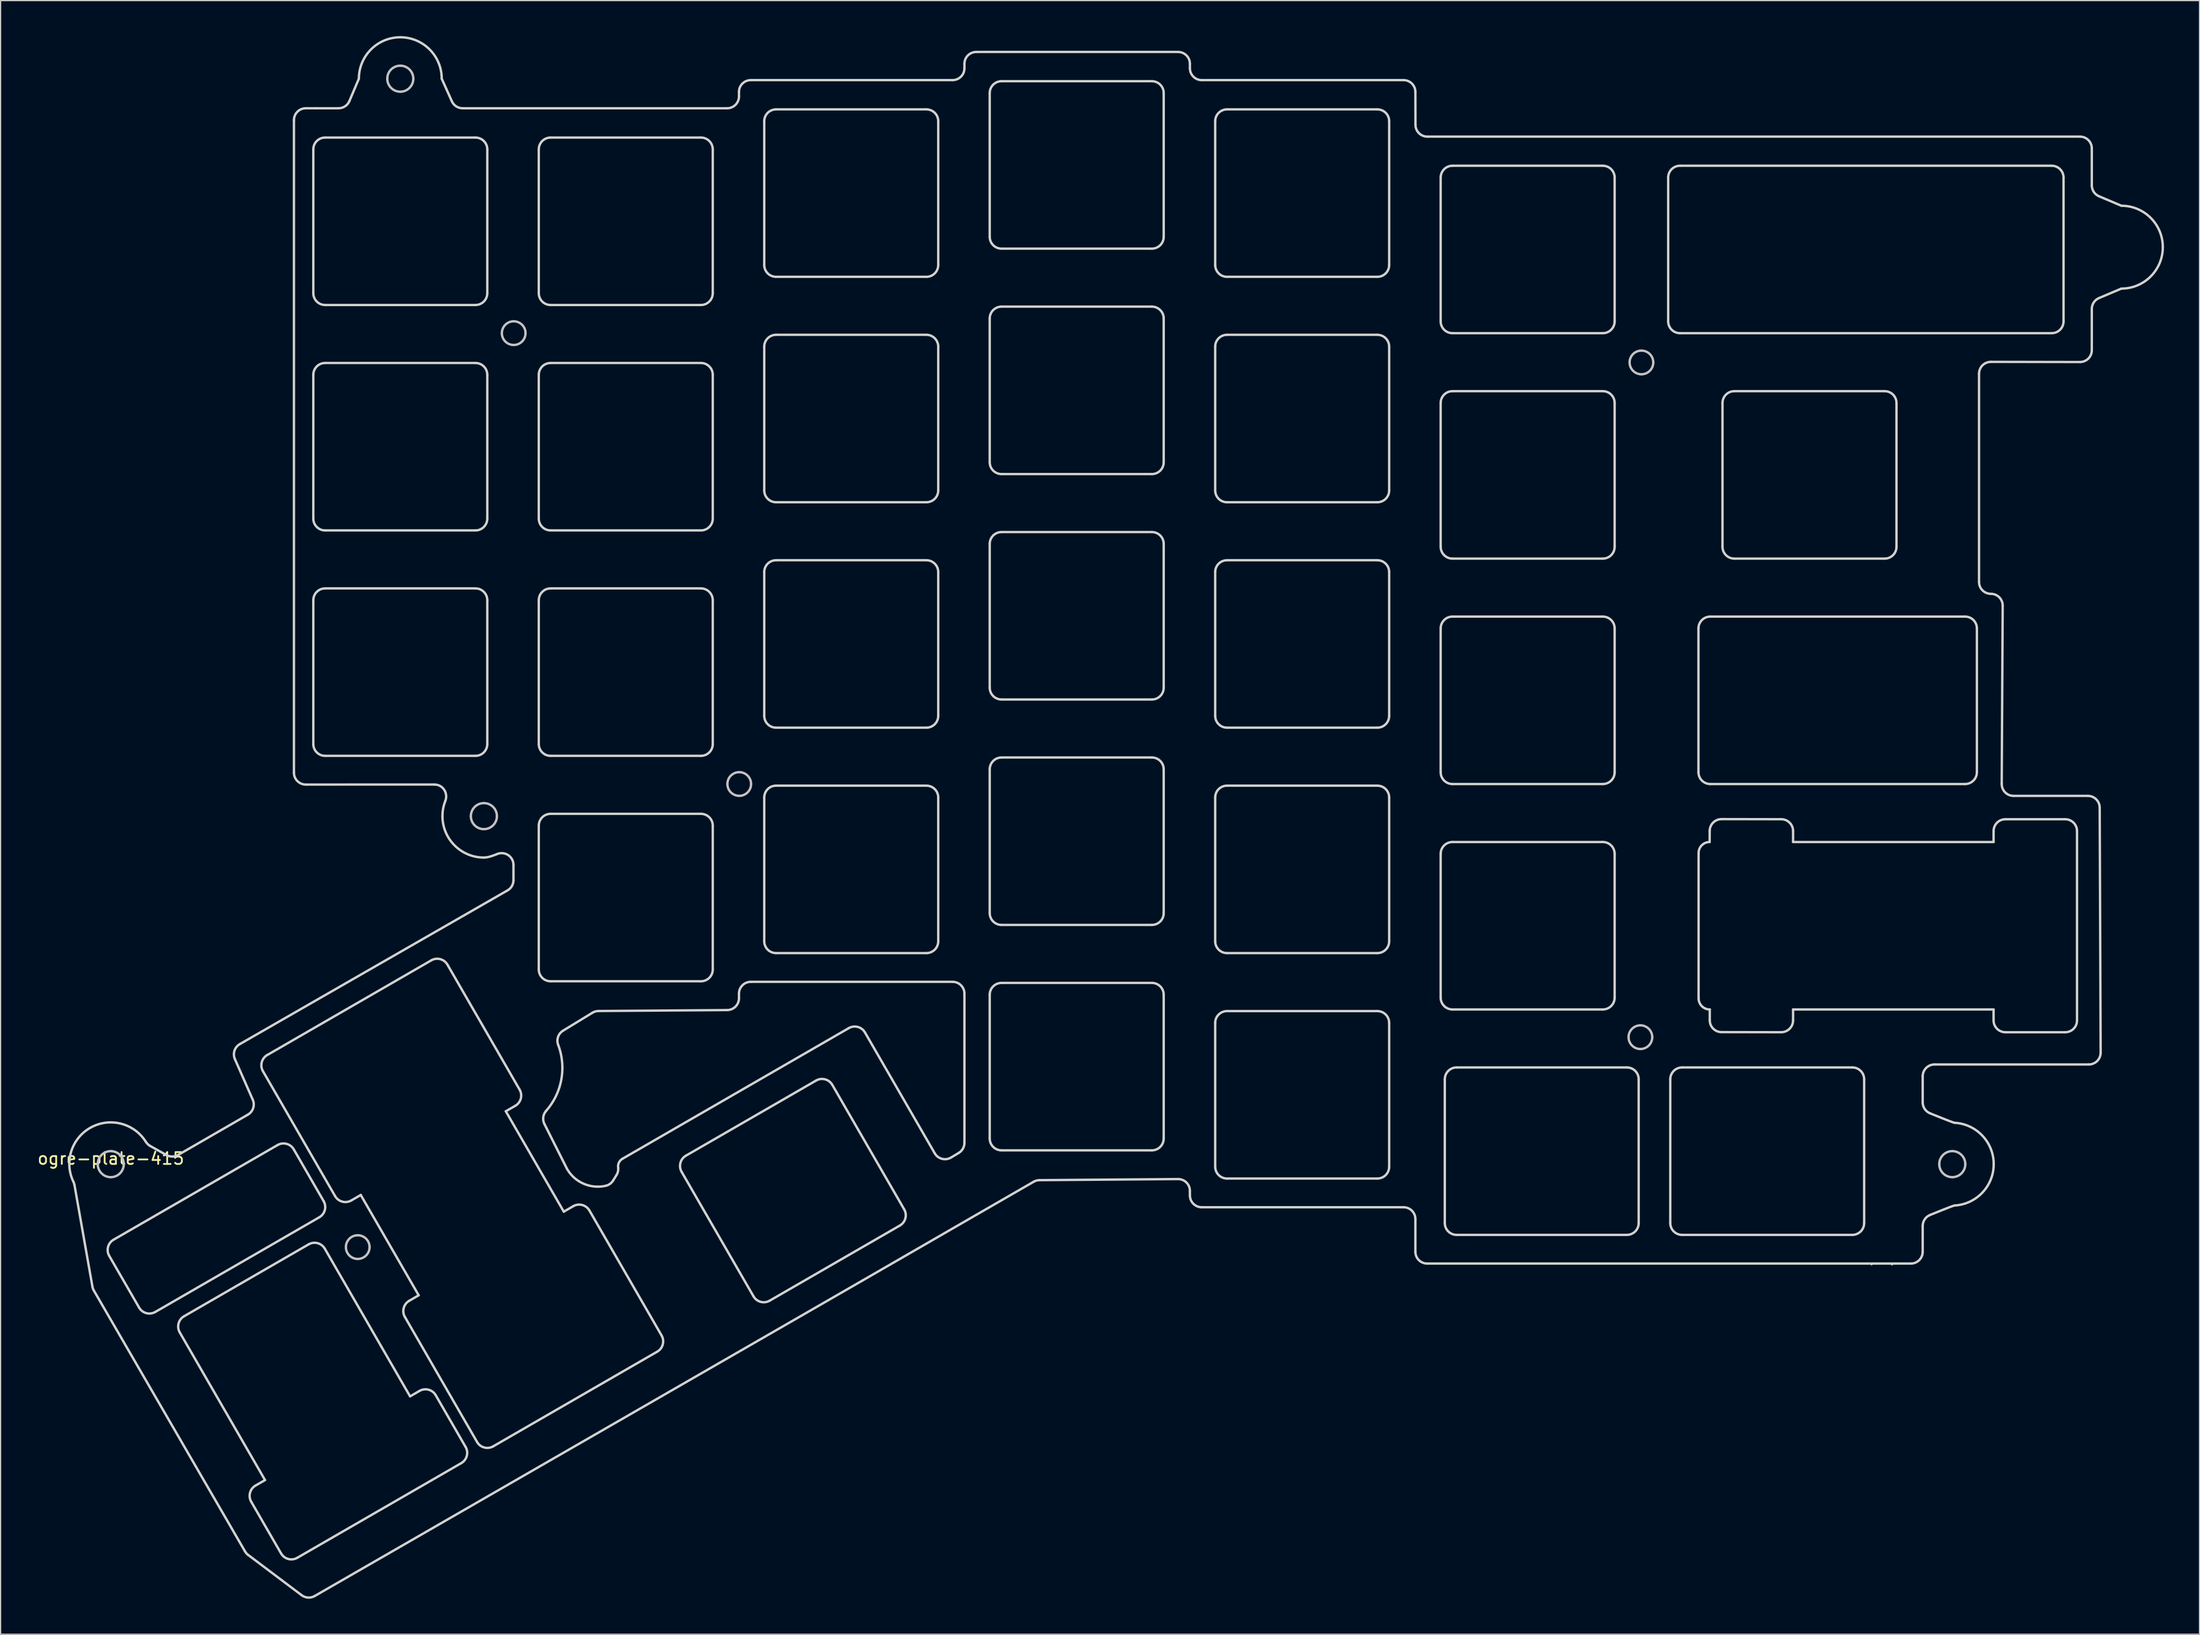
<source format=kicad_pcb>
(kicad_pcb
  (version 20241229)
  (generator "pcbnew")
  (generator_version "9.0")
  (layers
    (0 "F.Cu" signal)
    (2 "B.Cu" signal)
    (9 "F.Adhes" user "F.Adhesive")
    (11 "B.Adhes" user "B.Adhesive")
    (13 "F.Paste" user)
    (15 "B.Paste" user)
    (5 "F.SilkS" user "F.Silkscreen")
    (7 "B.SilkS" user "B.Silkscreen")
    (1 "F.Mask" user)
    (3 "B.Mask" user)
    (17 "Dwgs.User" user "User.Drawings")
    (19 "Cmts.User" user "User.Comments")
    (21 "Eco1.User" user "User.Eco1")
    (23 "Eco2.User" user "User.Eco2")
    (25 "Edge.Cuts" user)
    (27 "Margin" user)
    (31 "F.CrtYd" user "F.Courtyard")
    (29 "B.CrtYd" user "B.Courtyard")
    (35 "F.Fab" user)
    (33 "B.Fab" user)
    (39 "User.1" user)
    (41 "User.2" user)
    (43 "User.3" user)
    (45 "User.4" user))
  (footprint "ogre-plate-415"
    (layer "F.Cu")
    (at 6.315 95.354)
    (property "Reference" "ogre-plate-415" (at 0 -0.5 0) (unlocked yes) (layer "F.SilkS") (effects (font (size 1 1) (thickness 0.15))))
    (attr through_hole)
    (fp_curve (pts (xy -1.108 -0.026) (xy -1.108 -0.634) (xy -0.616 -1.126) (xy -0.008 -1.126)) (stroke (width 0.2) (type solid)) (layer "Dwgs.User"))
    (fp_curve (pts (xy -0.008 -1.126) (xy 0.599 -1.126) (xy 1.092 -0.634) (xy 1.092 -0.026)) (stroke (width 0.2) (type solid)) (layer "Dwgs.User"))
    (fp_curve (pts (xy -0.008 1.074) (xy -0.616 1.074) (xy -1.108 0.581) (xy -1.108 -0.026)) (stroke (width 0.2) (type solid)) (layer "Dwgs.User"))
    (fp_curve (pts (xy 1.092 -0.026) (xy 1.092 0.581) (xy 0.599 1.074) (xy -0.008 1.074)) (stroke (width 0.2) (type solid)) (layer "Dwgs.User"))
    (fp_curve (pts (xy 19.859 6.984) (xy 19.859 6.432) (xy 20.306 5.984) (xy 20.859 5.984)) (stroke (width 0.2) (type solid)) (layer "Dwgs.User"))
    (fp_curve (pts (xy 20.859 5.984) (xy 21.411 5.984) (xy 21.859 6.432) (xy 21.859 6.984)) (stroke (width 0.2) (type solid)) (layer "Dwgs.User"))
    (fp_curve (pts (xy 20.859 7.984) (xy 20.306 7.984) (xy 19.859 7.536) (xy 19.859 6.984)) (stroke (width 0.2) (type solid)) (layer "Dwgs.User"))
    (fp_curve (pts (xy 21.859 6.984) (xy 21.859 7.536) (xy 21.411 7.984) (xy 20.859 7.984)) (stroke (width 0.2) (type solid)) (layer "Dwgs.User"))
    (fp_curve (pts (xy 23.356 -91.754) (xy 23.356 -92.362) (xy 23.848 -92.854) (xy 24.456 -92.854)) (stroke (width 0.2) (type solid)) (layer "Dwgs.User"))
    (fp_curve (pts (xy 24.456 -92.854) (xy 25.063 -92.854) (xy 25.556 -92.362) (xy 25.556 -91.754)) (stroke (width 0.2) (type solid)) (layer "Dwgs.User"))
    (fp_curve (pts (xy 24.456 -90.654) (xy 23.848 -90.654) (xy 23.356 -91.147) (xy 23.356 -91.754)) (stroke (width 0.2) (type solid)) (layer "Dwgs.User"))
    (fp_curve (pts (xy 25.556 -91.754) (xy 25.556 -91.147) (xy 25.063 -90.654) (xy 24.456 -90.654)) (stroke (width 0.2) (type solid)) (layer "Dwgs.User"))
    (fp_curve (pts (xy 30.418 -29.436) (xy 30.418 -30.043) (xy 30.911 -30.536) (xy 31.518 -30.536)) (stroke (width 0.2) (type solid)) (layer "Dwgs.User"))
    (fp_curve (pts (xy 31.518 -30.536) (xy 32.126 -30.536) (xy 32.618 -30.043) (xy 32.618 -29.436)) (stroke (width 0.2) (type solid)) (layer "Dwgs.User"))
    (fp_curve (pts (xy 31.518 -28.336) (xy 30.911 -28.336) (xy 30.418 -28.828) (xy 30.418 -29.436)) (stroke (width 0.2) (type solid)) (layer "Dwgs.User"))
    (fp_curve (pts (xy 32.618 -29.436) (xy 32.618 -28.828) (xy 32.126 -28.336) (xy 31.518 -28.336)) (stroke (width 0.2) (type solid)) (layer "Dwgs.User"))
    (fp_curve (pts (xy 33.037 -70.252) (xy 33.037 -70.804) (xy 33.484 -71.252) (xy 34.037 -71.252)) (stroke (width 0.2) (type solid)) (layer "Dwgs.User"))
    (fp_curve (pts (xy 34.037 -71.252) (xy 34.589 -71.252) (xy 35.037 -70.804) (xy 35.037 -70.252)) (stroke (width 0.2) (type solid)) (layer "Dwgs.User"))
    (fp_curve (pts (xy 34.037 -69.252) (xy 33.484 -69.252) (xy 33.037 -69.7) (xy 33.037 -70.252)) (stroke (width 0.2) (type solid)) (layer "Dwgs.User"))
    (fp_curve (pts (xy 35.037 -70.252) (xy 35.037 -69.7) (xy 34.589 -69.252) (xy 34.037 -69.252)) (stroke (width 0.2) (type solid)) (layer "Dwgs.User"))
    (fp_curve (pts (xy 52.093 -32.151) (xy 52.093 -32.703) (xy 52.54 -33.151) (xy 53.093 -33.151)) (stroke (width 0.2) (type solid)) (layer "Dwgs.User"))
    (fp_curve (pts (xy 53.093 -33.151) (xy 53.645 -33.151) (xy 54.093 -32.703) (xy 54.093 -32.151)) (stroke (width 0.2) (type solid)) (layer "Dwgs.User"))
    (fp_curve (pts (xy 53.093 -31.151) (xy 52.54 -31.151) (xy 52.093 -31.599) (xy 52.093 -32.151)) (stroke (width 0.2) (type solid)) (layer "Dwgs.User"))
    (fp_curve (pts (xy 54.093 -32.151) (xy 54.093 -31.599) (xy 53.645 -31.151) (xy 53.093 -31.151)) (stroke (width 0.2) (type solid)) (layer "Dwgs.User"))
    (fp_curve (pts (xy 128.232 -10.756) (xy 128.232 -11.308) (xy 128.68 -11.756) (xy 129.232 -11.756)) (stroke (width 0.2) (type solid)) (layer "Dwgs.User"))
    (fp_curve (pts (xy 128.319 -67.776) (xy 128.319 -68.328) (xy 128.767 -68.776) (xy 129.319 -68.776)) (stroke (width 0.2) (type solid)) (layer "Dwgs.User"))
    (fp_curve (pts (xy 129.232 -11.756) (xy 129.785 -11.756) (xy 130.232 -11.308) (xy 130.232 -10.756)) (stroke (width 0.2) (type solid)) (layer "Dwgs.User"))
    (fp_curve (pts (xy 129.232 -9.756) (xy 128.68 -9.756) (xy 128.232 -10.204) (xy 128.232 -10.756)) (stroke (width 0.2) (type solid)) (layer "Dwgs.User"))
    (fp_curve (pts (xy 129.319 -68.776) (xy 129.871 -68.776) (xy 130.319 -68.328) (xy 130.319 -67.776)) (stroke (width 0.2) (type solid)) (layer "Dwgs.User"))
    (fp_curve (pts (xy 129.319 -66.776) (xy 128.767 -66.776) (xy 128.319 -67.224) (xy 128.319 -67.776)) (stroke (width 0.2) (type solid)) (layer "Dwgs.User"))
    (fp_curve (pts (xy 130.232 -10.756) (xy 130.232 -10.204) (xy 129.785 -9.756) (xy 129.232 -9.756)) (stroke (width 0.2) (type solid)) (layer "Dwgs.User"))
    (fp_curve (pts (xy 130.319 -67.776) (xy 130.319 -67.224) (xy 129.871 -66.776) (xy 129.319 -66.776)) (stroke (width 0.2) (type solid)) (layer "Dwgs.User"))
    (fp_curve (pts (xy 154.483 -0.026) (xy 154.483 -0.634) (xy 154.975 -1.126) (xy 155.583 -1.126)) (stroke (width 0.2) (type solid)) (layer "Dwgs.User"))
    (fp_curve (pts (xy 155.583 -1.126) (xy 156.19 -1.126) (xy 156.683 -0.634) (xy 156.683 -0.026)) (stroke (width 0.2) (type solid)) (layer "Dwgs.User"))
    (fp_curve (pts (xy 155.583 1.074) (xy 154.975 1.074) (xy 154.483 0.581) (xy 154.483 -0.026)) (stroke (width 0.2) (type solid)) (layer "Dwgs.User"))
    (fp_curve (pts (xy 156.683 -0.026) (xy 156.683 0.581) (xy 156.19 1.074) (xy 155.583 1.074)) (stroke (width 0.2) (type solid)) (layer "Dwgs.User"))
    (fp_line (start 148.762 8.427) (end 148.762 8.427) (stroke (width 0.2) (type solid)) (layer "Edge.Cuts"))
    (fp_line (start 150.485 8.427) (end 150.485 8.427) (stroke (width 0.2) (type solid)) (layer "Edge.Cuts"))
    (fp_line (start 150.485 8.427) (end 150.485 8.427) (stroke (width 0.2) (type solid)) (layer "Edge.Cuts"))
    (fp_curve (pts (xy -3.161 1.465) (xy -3.974 -0.219) (xy -3.317 -2.259) (xy -1.651 -3.145)) (stroke (width 0.2) (type solid)) (layer "Edge.Cuts"))
    (fp_curve (pts (xy -3.075 1.724) (xy -3.09 1.634) (xy -3.121 1.547) (xy -3.161 1.465)) (stroke (width 0.2) (type solid)) (layer "Edge.Cuts"))
    (fp_curve (pts (xy -1.651 -3.145) (xy -0.025 -4.009) (xy 1.975 -3.462) (xy 2.945 -1.933)) (stroke (width 0.2) (type solid)) (layer "Edge.Cuts"))
    (fp_curve (pts (xy -1.555 10.326) (xy -1.555 10.326) (xy -3.075 1.724) (xy -3.075 1.724)) (stroke (width 0.2) (type solid)) (layer "Edge.Cuts"))
    (fp_curve (pts (xy -1.436 10.655) (xy -1.495 10.554) (xy -1.535 10.442) (xy -1.555 10.326)) (stroke (width 0.2) (type solid)) (layer "Edge.Cuts"))
    (fp_curve (pts (xy -0.135 7.725) (xy -0.135 7.725) (xy 2.39 12.098) (xy 2.39 12.098)) (stroke (width 0.2) (type solid)) (layer "Edge.Cuts"))
    (fp_curve (pts (xy 0.231 6.359) (xy -0.247 6.635) (xy -0.411 7.247) (xy -0.135 7.725)) (stroke (width 0.2) (type solid)) (layer "Edge.Cuts"))
    (fp_curve (pts (xy 2.39 12.098) (xy 2.666 12.577) (xy 3.278 12.741) (xy 3.756 12.464)) (stroke (width 0.2) (type solid)) (layer "Edge.Cuts"))
    (fp_curve (pts (xy 2.945 -1.933) (xy 3.041 -1.782) (xy 3.164 -1.652) (xy 3.319 -1.565)) (stroke (width 0.2) (type solid)) (layer "Edge.Cuts"))
    (fp_curve (pts (xy 3.319 -1.565) (xy 3.319 -1.565) (xy 4.69 -0.796) (xy 4.69 -0.796)) (stroke (width 0.2) (type solid)) (layer "Edge.Cuts"))
    (fp_curve (pts (xy 3.756 12.464) (xy 3.756 12.464) (xy 17.613 4.464) (xy 17.613 4.464)) (stroke (width 0.2) (type solid)) (layer "Edge.Cuts"))
    (fp_curve (pts (xy 4.69 -0.796) (xy 4.998 -0.624) (xy 5.374 -0.626) (xy 5.679 -0.802)) (stroke (width 0.2) (type solid)) (layer "Edge.Cuts"))
    (fp_curve (pts (xy 5.679 -0.802) (xy 5.679 -0.802) (xy 11.575 -4.207) (xy 11.575 -4.207)) (stroke (width 0.2) (type solid)) (layer "Edge.Cuts"))
    (fp_curve (pts (xy 5.822 14.193) (xy 5.546 13.715) (xy 5.71 13.103) (xy 6.188 12.827)) (stroke (width 0.2) (type solid)) (layer "Edge.Cuts"))
    (fp_curve (pts (xy 6.188 12.827) (xy 6.188 12.827) (xy 16.711 6.752) (xy 16.711 6.752)) (stroke (width 0.2) (type solid)) (layer "Edge.Cuts"))
    (fp_curve (pts (xy 10.482 -8.902) (xy 10.276 -9.37) (xy 10.456 -9.918) (xy 10.899 -10.172)) (stroke (width 0.2) (type solid)) (layer "Edge.Cuts"))
    (fp_curve (pts (xy 10.899 -10.172) (xy 10.899 -10.172) (xy 33.516 -23.16) (xy 33.516 -23.16)) (stroke (width 0.2) (type solid)) (layer "Edge.Cuts"))
    (fp_curve (pts (xy 11.338 32.701) (xy 11.338 32.701) (xy -1.436 10.655) (xy -1.436 10.655)) (stroke (width 0.2) (type solid)) (layer "Edge.Cuts"))
    (fp_curve (pts (xy 11.575 -4.207) (xy 12.017 -4.462) (xy 12.196 -5.008) (xy 11.99 -5.475)) (stroke (width 0.2) (type solid)) (layer "Edge.Cuts"))
    (fp_curve (pts (xy 11.602 32.999) (xy 11.495 32.919) (xy 11.406 32.817) (xy 11.338 32.701)) (stroke (width 0.2) (type solid)) (layer "Edge.Cuts"))
    (fp_curve (pts (xy 11.86 28.501) (xy 11.584 28.023) (xy 11.748 27.411) (xy 12.226 27.135)) (stroke (width 0.2) (type solid)) (layer "Edge.Cuts"))
    (fp_curve (pts (xy 11.99 -5.475) (xy 11.99 -5.475) (xy 10.482 -8.902) (xy 10.482 -8.902)) (stroke (width 0.2) (type solid)) (layer "Edge.Cuts"))
    (fp_curve (pts (xy 12.226 27.135) (xy 12.226 27.135) (xy 13.027 26.672) (xy 13.027 26.672)) (stroke (width 0.2) (type solid)) (layer "Edge.Cuts"))
    (fp_curve (pts (xy 12.851 -7.883) (xy 12.575 -8.362) (xy 12.739 -8.973) (xy 13.217 -9.249)) (stroke (width 0.2) (type solid)) (layer "Edge.Cuts"))
    (fp_curve (pts (xy 13.027 26.672) (xy 13.027 26.672) (xy 5.822 14.193) (xy 5.822 14.193)) (stroke (width 0.2) (type solid)) (layer "Edge.Cuts"))
    (fp_curve (pts (xy 13.217 -9.249) (xy 13.217 -9.249) (xy 27.074 -17.249) (xy 27.074 -17.249)) (stroke (width 0.2) (type solid)) (layer "Edge.Cuts"))
    (fp_curve (pts (xy 14.088 -1.641) (xy 14.088 -1.641) (xy 0.231 6.359) (xy 0.231 6.359)) (stroke (width 0.2) (type solid)) (layer "Edge.Cuts"))
    (fp_curve (pts (xy 14.385 32.874) (xy 14.385 32.874) (xy 11.86 28.501) (xy 11.86 28.501)) (stroke (width 0.2) (type solid)) (layer "Edge.Cuts"))
    (fp_curve (pts (xy 15.454 -1.275) (xy 15.178 -1.753) (xy 14.566 -1.917) (xy 14.088 -1.641)) (stroke (width 0.2) (type solid)) (layer "Edge.Cuts"))
    (fp_curve (pts (xy 15.47 -88.254) (xy 15.47 -88.807) (xy 15.918 -89.254) (xy 16.47 -89.254)) (stroke (width 0.2) (type solid)) (layer "Edge.Cuts"))
    (fp_curve (pts (xy 15.47 -33.104) (xy 15.47 -33.104) (xy 15.47 -88.254) (xy 15.47 -88.254)) (stroke (width 0.2) (type solid)) (layer "Edge.Cuts"))
    (fp_curve (pts (xy 15.751 33.24) (xy 15.273 33.517) (xy 14.661 33.353) (xy 14.385 32.874)) (stroke (width 0.2) (type solid)) (layer "Edge.Cuts"))
    (fp_curve (pts (xy 16.122 36.402) (xy 16.122 36.402) (xy 11.602 32.999) (xy 11.602 32.999)) (stroke (width 0.2) (type solid)) (layer "Edge.Cuts"))
    (fp_curve (pts (xy 16.47 -89.254) (xy 16.47 -89.254) (xy 17.329 -89.254) (xy 17.329 -89.254)) (stroke (width 0.2) (type solid)) (layer "Edge.Cuts"))
    (fp_curve (pts (xy 16.47 -32.104) (xy 15.918 -32.104) (xy 15.47 -32.552) (xy 15.47 -33.104)) (stroke (width 0.2) (type solid)) (layer "Edge.Cuts"))
    (fp_curve (pts (xy 16.711 6.752) (xy 17.189 6.476) (xy 17.801 6.64) (xy 18.077 7.118)) (stroke (width 0.2) (type solid)) (layer "Edge.Cuts"))
    (fp_curve (pts (xy 17.106 -85.78) (xy 17.106 -85.78) (xy 17.106 -73.63) (xy 17.106 -73.63)) (stroke (width 0.2) (type solid)) (layer "Edge.Cuts"))
    (fp_curve (pts (xy 17.106 -73.63) (xy 17.106 -73.077) (xy 17.554 -72.63) (xy 18.106 -72.63)) (stroke (width 0.2) (type solid)) (layer "Edge.Cuts"))
    (fp_curve (pts (xy 17.106 -66.73) (xy 17.106 -66.73) (xy 17.106 -54.58) (xy 17.106 -54.58)) (stroke (width 0.2) (type solid)) (layer "Edge.Cuts"))
    (fp_curve (pts (xy 17.106 -54.58) (xy 17.106 -54.027) (xy 17.554 -53.58) (xy 18.106 -53.58)) (stroke (width 0.2) (type solid)) (layer "Edge.Cuts"))
    (fp_curve (pts (xy 17.106 -47.68) (xy 17.106 -47.68) (xy 17.106 -35.53) (xy 17.106 -35.53)) (stroke (width 0.2) (type solid)) (layer "Edge.Cuts"))
    (fp_curve (pts (xy 17.106 -35.53) (xy 17.106 -34.977) (xy 17.554 -34.53) (xy 18.106 -34.53)) (stroke (width 0.2) (type solid)) (layer "Edge.Cuts"))
    (fp_curve (pts (xy 17.223 36.47) (xy 16.875 36.67) (xy 16.442 36.643) (xy 16.122 36.402)) (stroke (width 0.2) (type solid)) (layer "Edge.Cuts"))
    (fp_curve (pts (xy 17.329 -89.254) (xy 17.329 -89.254) (xy 19.235 -89.254) (xy 19.235 -89.254)) (stroke (width 0.2) (type solid)) (layer "Edge.Cuts"))
    (fp_curve (pts (xy 17.613 4.464) (xy 18.091 4.188) (xy 18.255 3.577) (xy 17.979 3.098)) (stroke (width 0.2) (type solid)) (layer "Edge.Cuts"))
    (fp_curve (pts (xy 17.979 3.098) (xy 17.979 3.098) (xy 15.454 -1.275) (xy 15.454 -1.275)) (stroke (width 0.2) (type solid)) (layer "Edge.Cuts"))
    (fp_curve (pts (xy 18.077 7.118) (xy 18.077 7.118) (xy 25.282 19.597) (xy 25.282 19.597)) (stroke (width 0.2) (type solid)) (layer "Edge.Cuts"))
    (fp_curve (pts (xy 18.106 -86.78) (xy 17.554 -86.78) (xy 17.106 -86.332) (xy 17.106 -85.78)) (stroke (width 0.2) (type solid)) (layer "Edge.Cuts"))
    (fp_curve (pts (xy 18.106 -72.63) (xy 18.106 -72.63) (xy 30.806 -72.63) (xy 30.806 -72.63)) (stroke (width 0.2) (type solid)) (layer "Edge.Cuts"))
    (fp_curve (pts (xy 18.106 -67.73) (xy 17.554 -67.73) (xy 17.106 -67.282) (xy 17.106 -66.73)) (stroke (width 0.2) (type solid)) (layer "Edge.Cuts"))
    (fp_curve (pts (xy 18.106 -53.58) (xy 18.106 -53.58) (xy 30.806 -53.58) (xy 30.806 -53.58)) (stroke (width 0.2) (type solid)) (layer "Edge.Cuts"))
    (fp_curve (pts (xy 18.106 -48.68) (xy 17.554 -48.68) (xy 17.106 -48.232) (xy 17.106 -47.68)) (stroke (width 0.2) (type solid)) (layer "Edge.Cuts"))
    (fp_curve (pts (xy 18.106 -34.53) (xy 18.106 -34.53) (xy 30.806 -34.53) (xy 30.806 -34.53)) (stroke (width 0.2) (type solid)) (layer "Edge.Cuts"))
    (fp_curve (pts (xy 18.948 2.677) (xy 18.948 2.677) (xy 12.851 -7.883) (xy 12.851 -7.883)) (stroke (width 0.2) (type solid)) (layer "Edge.Cuts"))
    (fp_curve (pts (xy 19.235 -89.254) (xy 19.637 -89.254) (xy 19.999 -89.495) (xy 20.156 -89.865)) (stroke (width 0.2) (type solid)) (layer "Edge.Cuts"))
    (fp_curve (pts (xy 20.156 -89.865) (xy 20.156 -89.865) (xy 20.956 -91.754) (xy 20.956 -91.754)) (stroke (width 0.2) (type solid)) (layer "Edge.Cuts"))
    (fp_curve (pts (xy 20.314 3.043) (xy 19.836 3.319) (xy 19.224 3.155) (xy 18.948 2.677)) (stroke (width 0.2) (type solid)) (layer "Edge.Cuts"))
    (fp_curve (pts (xy 20.956 -91.754) (xy 20.956 -93.687) (xy 22.523 -95.254) (xy 24.456 -95.254)) (stroke (width 0.2) (type solid)) (layer "Edge.Cuts"))
    (fp_curve (pts (xy 21.115 2.58) (xy 21.115 2.58) (xy 20.314 3.043) (xy 20.314 3.043)) (stroke (width 0.2) (type solid)) (layer "Edge.Cuts"))
    (fp_curve (pts (xy 24.456 -95.254) (xy 26.389 -95.254) (xy 27.956 -93.687) (xy 27.956 -91.754)) (stroke (width 0.2) (type solid)) (layer "Edge.Cuts"))
    (fp_curve (pts (xy 24.844 12.888) (xy 24.569 12.412) (xy 24.73 11.802) (xy 25.206 11.525)) (stroke (width 0.2) (type solid)) (layer "Edge.Cuts"))
    (fp_curve (pts (xy 25.206 11.525) (xy 25.206 11.525) (xy 26.009 11.056) (xy 26.009 11.056)) (stroke (width 0.2) (type solid)) (layer "Edge.Cuts"))
    (fp_curve (pts (xy 25.282 19.597) (xy 25.282 19.597) (xy 26.083 19.135) (xy 26.083 19.135)) (stroke (width 0.2) (type solid)) (layer "Edge.Cuts"))
    (fp_curve (pts (xy 26.009 11.056) (xy 26.009 11.056) (xy 21.115 2.58) (xy 21.115 2.58)) (stroke (width 0.2) (type solid)) (layer "Edge.Cuts"))
    (fp_curve (pts (xy 26.083 19.135) (xy 26.561 18.859) (xy 27.173 19.023) (xy 27.449 19.501)) (stroke (width 0.2) (type solid)) (layer "Edge.Cuts"))
    (fp_curve (pts (xy 27.074 -17.249) (xy 27.552 -17.525) (xy 28.164 -17.362) (xy 28.44 -16.883)) (stroke (width 0.2) (type solid)) (layer "Edge.Cuts"))
    (fp_curve (pts (xy 27.339 -32.106) (xy 27.339 -32.106) (xy 16.47 -32.104) (xy 16.47 -32.104)) (stroke (width 0.2) (type solid)) (layer "Edge.Cuts"))
    (fp_curve (pts (xy 27.449 19.501) (xy 27.449 19.501) (xy 29.974 23.874) (xy 29.974 23.874)) (stroke (width 0.2) (type solid)) (layer "Edge.Cuts"))
    (fp_curve (pts (xy 27.956 -91.754) (xy 27.956 -91.754) (xy 28.812 -89.845) (xy 28.812 -89.845)) (stroke (width 0.2) (type solid)) (layer "Edge.Cuts"))
    (fp_curve (pts (xy 28.018 -29.436) (xy 28.018 -29.886) (xy 28.103 -30.316) (xy 28.258 -30.711)) (stroke (width 0.2) (type solid)) (layer "Edge.Cuts"))
    (fp_curve (pts (xy 28.258 -30.711) (xy 28.52 -31.38) (xy 28.058 -32.106) (xy 27.339 -32.106)) (stroke (width 0.2) (type solid)) (layer "Edge.Cuts"))
    (fp_curve (pts (xy 28.44 -16.883) (xy 28.44 -16.883) (xy 34.537 -6.323) (xy 34.537 -6.323)) (stroke (width 0.2) (type solid)) (layer "Edge.Cuts"))
    (fp_curve (pts (xy 28.812 -89.845) (xy 28.973 -89.486) (xy 29.33 -89.254) (xy 29.724 -89.254)) (stroke (width 0.2) (type solid)) (layer "Edge.Cuts"))
    (fp_curve (pts (xy 29.608 25.24) (xy 29.608 25.24) (xy 15.751 33.24) (xy 15.751 33.24)) (stroke (width 0.2) (type solid)) (layer "Edge.Cuts"))
    (fp_curve (pts (xy 29.724 -89.254) (xy 29.724 -89.254) (xy 52.07 -89.254) (xy 52.07 -89.254)) (stroke (width 0.2) (type solid)) (layer "Edge.Cuts"))
    (fp_curve (pts (xy 29.974 23.874) (xy 30.25 24.353) (xy 30.086 24.964) (xy 29.608 25.24)) (stroke (width 0.2) (type solid)) (layer "Edge.Cuts"))
    (fp_curve (pts (xy 30.806 -86.78) (xy 30.806 -86.78) (xy 18.106 -86.78) (xy 18.106 -86.78)) (stroke (width 0.2) (type solid)) (layer "Edge.Cuts"))
    (fp_curve (pts (xy 30.806 -72.63) (xy 31.358 -72.63) (xy 31.806 -73.077) (xy 31.806 -73.63)) (stroke (width 0.2) (type solid)) (layer "Edge.Cuts"))
    (fp_curve (pts (xy 30.806 -67.73) (xy 30.806 -67.73) (xy 18.106 -67.73) (xy 18.106 -67.73)) (stroke (width 0.2) (type solid)) (layer "Edge.Cuts"))
    (fp_curve (pts (xy 30.806 -53.58) (xy 31.358 -53.58) (xy 31.806 -54.027) (xy 31.806 -54.58)) (stroke (width 0.2) (type solid)) (layer "Edge.Cuts"))
    (fp_curve (pts (xy 30.806 -48.68) (xy 30.806 -48.68) (xy 18.106 -48.68) (xy 18.106 -48.68)) (stroke (width 0.2) (type solid)) (layer "Edge.Cuts"))
    (fp_curve (pts (xy 30.806 -34.53) (xy 31.358 -34.53) (xy 31.806 -34.977) (xy 31.806 -35.53)) (stroke (width 0.2) (type solid)) (layer "Edge.Cuts"))
    (fp_curve (pts (xy 30.943 23.453) (xy 30.943 23.453) (xy 24.844 12.888) (xy 24.844 12.888)) (stroke (width 0.2) (type solid)) (layer "Edge.Cuts"))
    (fp_curve (pts (xy 31.518 -25.936) (xy 29.585 -25.936) (xy 28.018 -27.503) (xy 28.018 -29.436)) (stroke (width 0.2) (type solid)) (layer "Edge.Cuts"))
    (fp_curve (pts (xy 31.806 -85.78) (xy 31.806 -86.332) (xy 31.358 -86.78) (xy 30.806 -86.78)) (stroke (width 0.2) (type solid)) (layer "Edge.Cuts"))
    (fp_curve (pts (xy 31.806 -73.63) (xy 31.806 -73.63) (xy 31.806 -85.78) (xy 31.806 -85.78)) (stroke (width 0.2) (type solid)) (layer "Edge.Cuts"))
    (fp_curve (pts (xy 31.806 -66.73) (xy 31.806 -67.282) (xy 31.358 -67.73) (xy 30.806 -67.73)) (stroke (width 0.2) (type solid)) (layer "Edge.Cuts"))
    (fp_curve (pts (xy 31.806 -54.58) (xy 31.806 -54.58) (xy 31.806 -66.73) (xy 31.806 -66.73)) (stroke (width 0.2) (type solid)) (layer "Edge.Cuts"))
    (fp_curve (pts (xy 31.806 -47.68) (xy 31.806 -48.232) (xy 31.358 -48.68) (xy 30.806 -48.68)) (stroke (width 0.2) (type solid)) (layer "Edge.Cuts"))
    (fp_curve (pts (xy 31.806 -35.53) (xy 31.806 -35.53) (xy 31.806 -47.68) (xy 31.806 -47.68)) (stroke (width 0.2) (type solid)) (layer "Edge.Cuts"))
    (fp_curve (pts (xy 32.309 23.819) (xy 31.831 24.095) (xy 31.219 23.931) (xy 30.943 23.453)) (stroke (width 0.2) (type solid)) (layer "Edge.Cuts"))
    (fp_curve (pts (xy 32.623 -26.227) (xy 32.234 -26.063) (xy 31.833 -25.936) (xy 31.518 -25.936)) (stroke (width 0.2) (type solid)) (layer "Edge.Cuts"))
    (fp_curve (pts (xy 33.37 -4.495) (xy 33.37 -4.495) (xy 38.268 3.989) (xy 38.268 3.989)) (stroke (width 0.2) (type solid)) (layer "Edge.Cuts"))
    (fp_curve (pts (xy 33.516 -23.16) (xy 33.827 -23.338) (xy 34.018 -23.669) (xy 34.018 -24.027)) (stroke (width 0.2) (type solid)) (layer "Edge.Cuts"))
    (fp_curve (pts (xy 34.018 -24.027) (xy 34.018 -24.027) (xy 34.018 -25.309) (xy 34.018 -25.309)) (stroke (width 0.2) (type solid)) (layer "Edge.Cuts"))
    (fp_curve (pts (xy 34.018 -25.309) (xy 34.019 -26.029) (xy 33.284 -26.508) (xy 32.623 -26.227)) (stroke (width 0.2) (type solid)) (layer "Edge.Cuts"))
    (fp_curve (pts (xy 34.171 -4.957) (xy 34.171 -4.957) (xy 33.37 -4.495) (xy 33.37 -4.495)) (stroke (width 0.2) (type solid)) (layer "Edge.Cuts"))
    (fp_curve (pts (xy 34.537 -6.323) (xy 34.813 -5.845) (xy 34.649 -5.233) (xy 34.171 -4.957)) (stroke (width 0.2) (type solid)) (layer "Edge.Cuts"))
    (fp_curve (pts (xy 36.156 -85.78) (xy 36.156 -85.78) (xy 36.156 -73.63) (xy 36.156 -73.63)) (stroke (width 0.2) (type solid)) (layer "Edge.Cuts"))
    (fp_curve (pts (xy 36.156 -73.63) (xy 36.156 -73.077) (xy 36.603 -72.63) (xy 37.156 -72.63)) (stroke (width 0.2) (type solid)) (layer "Edge.Cuts"))
    (fp_curve (pts (xy 36.156 -66.73) (xy 36.156 -66.73) (xy 36.156 -54.58) (xy 36.156 -54.58)) (stroke (width 0.2) (type solid)) (layer "Edge.Cuts"))
    (fp_curve (pts (xy 36.156 -54.58) (xy 36.156 -54.027) (xy 36.603 -53.58) (xy 37.156 -53.58)) (stroke (width 0.2) (type solid)) (layer "Edge.Cuts"))
    (fp_curve (pts (xy 36.156 -47.68) (xy 36.156 -47.68) (xy 36.156 -35.53) (xy 36.156 -35.53)) (stroke (width 0.2) (type solid)) (layer "Edge.Cuts"))
    (fp_curve (pts (xy 36.156 -35.53) (xy 36.156 -34.977) (xy 36.603 -34.53) (xy 37.156 -34.53)) (stroke (width 0.2) (type solid)) (layer "Edge.Cuts"))
    (fp_curve (pts (xy 36.156 -28.63) (xy 36.156 -28.63) (xy 36.156 -16.48) (xy 36.156 -16.48)) (stroke (width 0.2) (type solid)) (layer "Edge.Cuts"))
    (fp_curve (pts (xy 36.156 -16.48) (xy 36.156 -15.927) (xy 36.603 -15.48) (xy 37.156 -15.48)) (stroke (width 0.2) (type solid)) (layer "Edge.Cuts"))
    (fp_curve (pts (xy 36.634 -3.417) (xy 36.634 -3.417) (xy 38.537 0.363) (xy 38.537 0.363)) (stroke (width 0.2) (type solid)) (layer "Edge.Cuts"))
    (fp_curve (pts (xy 36.753 -4.499) (xy 36.503 -4.194) (xy 36.456 -3.77) (xy 36.634 -3.417)) (stroke (width 0.2) (type solid)) (layer "Edge.Cuts"))
    (fp_curve (pts (xy 36.784 -4.537) (xy 36.784 -4.537) (xy 36.753 -4.499) (xy 36.753 -4.499)) (stroke (width 0.2) (type solid)) (layer "Edge.Cuts"))
    (fp_curve (pts (xy 37.156 -86.78) (xy 36.603 -86.78) (xy 36.156 -86.332) (xy 36.156 -85.78)) (stroke (width 0.2) (type solid)) (layer "Edge.Cuts"))
    (fp_curve (pts (xy 37.156 -72.63) (xy 37.156 -72.63) (xy 49.856 -72.63) (xy 49.856 -72.63)) (stroke (width 0.2) (type solid)) (layer "Edge.Cuts"))
    (fp_curve (pts (xy 37.156 -67.73) (xy 36.603 -67.73) (xy 36.156 -67.282) (xy 36.156 -66.73)) (stroke (width 0.2) (type solid)) (layer "Edge.Cuts"))
    (fp_curve (pts (xy 37.156 -53.58) (xy 37.156 -53.58) (xy 49.856 -53.58) (xy 49.856 -53.58)) (stroke (width 0.2) (type solid)) (layer "Edge.Cuts"))
    (fp_curve (pts (xy 37.156 -48.68) (xy 36.603 -48.68) (xy 36.156 -48.232) (xy 36.156 -47.68)) (stroke (width 0.2) (type solid)) (layer "Edge.Cuts"))
    (fp_curve (pts (xy 37.156 -34.53) (xy 37.156 -34.53) (xy 49.856 -34.53) (xy 49.856 -34.53)) (stroke (width 0.2) (type solid)) (layer "Edge.Cuts"))
    (fp_curve (pts (xy 37.156 -29.63) (xy 36.603 -29.63) (xy 36.156 -29.182) (xy 36.156 -28.63)) (stroke (width 0.2) (type solid)) (layer "Edge.Cuts"))
    (fp_curve (pts (xy 37.156 -15.48) (xy 37.156 -15.48) (xy 49.856 -15.48) (xy 49.856 -15.48)) (stroke (width 0.2) (type solid)) (layer "Edge.Cuts"))
    (fp_curve (pts (xy 37.794 -10.112) (xy 38.028 -9.493) (xy 38.15 -8.832) (xy 38.15 -8.165)) (stroke (width 0.2) (type solid)) (layer "Edge.Cuts"))
    (fp_curve (pts (xy 38.15 -8.165) (xy 38.15 -6.829) (xy 37.665 -5.54) (xy 36.784 -4.537)) (stroke (width 0.2) (type solid)) (layer "Edge.Cuts"))
    (fp_curve (pts (xy 38.21 -11.307) (xy 37.804 -11.059) (xy 37.626 -10.558) (xy 37.794 -10.112)) (stroke (width 0.2) (type solid)) (layer "Edge.Cuts"))
    (fp_curve (pts (xy 38.268 3.989) (xy 38.268 3.989) (xy 39.069 3.527) (xy 39.069 3.527)) (stroke (width 0.2) (type solid)) (layer "Edge.Cuts"))
    (fp_curve (pts (xy 38.537 0.363) (xy 38.941 1.071) (xy 39.598 1.574) (xy 40.387 1.78)) (stroke (width 0.2) (type solid)) (layer "Edge.Cuts"))
    (fp_curve (pts (xy 39.069 3.527) (xy 39.547 3.25) (xy 40.159 3.414) (xy 40.435 3.893)) (stroke (width 0.2) (type solid)) (layer "Edge.Cuts"))
    (fp_curve (pts (xy 40.387 1.78) (xy 40.64 1.846) (xy 40.896 1.878) (xy 41.149 1.878)) (stroke (width 0.2) (type solid)) (layer "Edge.Cuts"))
    (fp_curve (pts (xy 40.435 3.893) (xy 40.435 3.893) (xy 46.532 14.453) (xy 46.532 14.453)) (stroke (width 0.2) (type solid)) (layer "Edge.Cuts"))
    (fp_curve (pts (xy 40.702 -12.828) (xy 40.702 -12.828) (xy 38.21 -11.307) (xy 38.21 -11.307)) (stroke (width 0.2) (type solid)) (layer "Edge.Cuts"))
    (fp_curve (pts (xy 41.149 1.878) (xy 41.378 1.878) (xy 41.605 1.852) (xy 41.828 1.799)) (stroke (width 0.2) (type solid)) (layer "Edge.Cuts"))
    (fp_curve (pts (xy 41.204 -12.967) (xy 41.027 -12.966) (xy 40.854 -12.918) (xy 40.702 -12.828)) (stroke (width 0.2) (type solid)) (layer "Edge.Cuts"))
    (fp_curve (pts (xy 41.828 1.799) (xy 42.084 1.739) (xy 42.305 1.573) (xy 42.443 1.348)) (stroke (width 0.2) (type solid)) (layer "Edge.Cuts"))
    (fp_curve (pts (xy 42.443 1.348) (xy 42.443 1.348) (xy 42.721 0.898) (xy 42.721 0.898)) (stroke (width 0.2) (type solid)) (layer "Edge.Cuts"))
    (fp_curve (pts (xy 42.721 0.898) (xy 42.837 0.708) (xy 42.89 0.485) (xy 42.861 0.264)) (stroke (width 0.2) (type solid)) (layer "Edge.Cuts"))
    (fp_curve (pts (xy 42.861 0.264) (xy 42.822 -0.028) (xy 42.959 -0.327) (xy 43.23 -0.483)) (stroke (width 0.2) (type solid)) (layer "Edge.Cuts"))
    (fp_curve (pts (xy 43.23 -0.483) (xy 43.23 -0.483) (xy 62.349 -11.521) (xy 62.349 -11.521)) (stroke (width 0.2) (type solid)) (layer "Edge.Cuts"))
    (fp_curve (pts (xy 46.166 15.819) (xy 46.166 15.819) (xy 32.309 23.819) (xy 32.309 23.819)) (stroke (width 0.2) (type solid)) (layer "Edge.Cuts"))
    (fp_curve (pts (xy 46.532 14.453) (xy 46.808 14.931) (xy 46.644 15.543) (xy 46.166 15.819)) (stroke (width 0.2) (type solid)) (layer "Edge.Cuts"))
    (fp_curve (pts (xy 48.224 0.623) (xy 48.224 0.623) (xy 54.299 11.145) (xy 54.299 11.145)) (stroke (width 0.2) (type solid)) (layer "Edge.Cuts"))
    (fp_curve (pts (xy 48.59 -0.743) (xy 48.112 -0.467) (xy 47.948 0.145) (xy 48.224 0.623)) (stroke (width 0.2) (type solid)) (layer "Edge.Cuts"))
    (fp_curve (pts (xy 49.856 -86.78) (xy 49.856 -86.78) (xy 37.156 -86.78) (xy 37.156 -86.78)) (stroke (width 0.2) (type solid)) (layer "Edge.Cuts"))
    (fp_curve (pts (xy 49.856 -72.63) (xy 50.408 -72.63) (xy 50.856 -73.077) (xy 50.856 -73.63)) (stroke (width 0.2) (type solid)) (layer "Edge.Cuts"))
    (fp_curve (pts (xy 49.856 -67.73) (xy 49.856 -67.73) (xy 37.156 -67.73) (xy 37.156 -67.73)) (stroke (width 0.2) (type solid)) (layer "Edge.Cuts"))
    (fp_curve (pts (xy 49.856 -53.58) (xy 50.408 -53.58) (xy 50.856 -54.027) (xy 50.856 -54.58)) (stroke (width 0.2) (type solid)) (layer "Edge.Cuts"))
    (fp_curve (pts (xy 49.856 -48.68) (xy 49.856 -48.68) (xy 37.156 -48.68) (xy 37.156 -48.68)) (stroke (width 0.2) (type solid)) (layer "Edge.Cuts"))
    (fp_curve (pts (xy 49.856 -34.53) (xy 50.408 -34.53) (xy 50.856 -34.977) (xy 50.856 -35.53)) (stroke (width 0.2) (type solid)) (layer "Edge.Cuts"))
    (fp_curve (pts (xy 49.856 -29.63) (xy 49.856 -29.63) (xy 37.156 -29.63) (xy 37.156 -29.63)) (stroke (width 0.2) (type solid)) (layer "Edge.Cuts"))
    (fp_curve (pts (xy 49.856 -15.48) (xy 50.408 -15.48) (xy 50.856 -15.927) (xy 50.856 -16.48)) (stroke (width 0.2) (type solid)) (layer "Edge.Cuts"))
    (fp_curve (pts (xy 50.856 -85.78) (xy 50.856 -86.332) (xy 50.408 -86.78) (xy 49.856 -86.78)) (stroke (width 0.2) (type solid)) (layer "Edge.Cuts"))
    (fp_curve (pts (xy 50.856 -73.63) (xy 50.856 -73.63) (xy 50.856 -85.78) (xy 50.856 -85.78)) (stroke (width 0.2) (type solid)) (layer "Edge.Cuts"))
    (fp_curve (pts (xy 50.856 -66.73) (xy 50.856 -67.282) (xy 50.408 -67.73) (xy 49.856 -67.73)) (stroke (width 0.2) (type solid)) (layer "Edge.Cuts"))
    (fp_curve (pts (xy 50.856 -54.58) (xy 50.856 -54.58) (xy 50.856 -66.73) (xy 50.856 -66.73)) (stroke (width 0.2) (type solid)) (layer "Edge.Cuts"))
    (fp_curve (pts (xy 50.856 -47.68) (xy 50.856 -48.232) (xy 50.408 -48.68) (xy 49.856 -48.68)) (stroke (width 0.2) (type solid)) (layer "Edge.Cuts"))
    (fp_curve (pts (xy 50.856 -35.53) (xy 50.856 -35.53) (xy 50.856 -47.68) (xy 50.856 -47.68)) (stroke (width 0.2) (type solid)) (layer "Edge.Cuts"))
    (fp_curve (pts (xy 50.856 -28.63) (xy 50.856 -29.182) (xy 50.408 -29.63) (xy 49.856 -29.63)) (stroke (width 0.2) (type solid)) (layer "Edge.Cuts"))
    (fp_curve (pts (xy 50.856 -16.48) (xy 50.856 -16.48) (xy 50.856 -28.63) (xy 50.856 -28.63)) (stroke (width 0.2) (type solid)) (layer "Edge.Cuts"))
    (fp_curve (pts (xy 52.07 -89.254) (xy 52.622 -89.254) (xy 53.07 -89.702) (xy 53.07 -90.254)) (stroke (width 0.2) (type solid)) (layer "Edge.Cuts"))
    (fp_curve (pts (xy 52.078 -13.047) (xy 52.078 -13.047) (xy 41.204 -12.967) (xy 41.204 -12.967)) (stroke (width 0.2) (type solid)) (layer "Edge.Cuts"))
    (fp_curve (pts (xy 53.07 -90.634) (xy 53.07 -91.187) (xy 53.518 -91.634) (xy 54.07 -91.634)) (stroke (width 0.2) (type solid)) (layer "Edge.Cuts"))
    (fp_curve (pts (xy 53.07 -90.254) (xy 53.07 -90.254) (xy 53.07 -90.634) (xy 53.07 -90.634)) (stroke (width 0.2) (type solid)) (layer "Edge.Cuts"))
    (fp_curve (pts (xy 53.07 -14.434) (xy 53.07 -14.434) (xy 53.07 -14.047) (xy 53.07 -14.047)) (stroke (width 0.2) (type solid)) (layer "Edge.Cuts"))
    (fp_curve (pts (xy 53.07 -14.047) (xy 53.07 -13.498) (xy 52.627 -13.051) (xy 52.078 -13.047)) (stroke (width 0.2) (type solid)) (layer "Edge.Cuts"))
    (fp_curve (pts (xy 54.07 -91.634) (xy 54.07 -91.634) (xy 71.12 -91.634) (xy 71.12 -91.634)) (stroke (width 0.2) (type solid)) (layer "Edge.Cuts"))
    (fp_curve (pts (xy 54.07 -15.434) (xy 53.518 -15.434) (xy 53.07 -14.987) (xy 53.07 -14.434)) (stroke (width 0.2) (type solid)) (layer "Edge.Cuts"))
    (fp_curve (pts (xy 54.299 11.145) (xy 54.575 11.624) (xy 55.187 11.788) (xy 55.665 11.511)) (stroke (width 0.2) (type solid)) (layer "Edge.Cuts"))
    (fp_curve (pts (xy 55.206 -88.161) (xy 55.206 -88.161) (xy 55.206 -76.011) (xy 55.206 -76.011)) (stroke (width 0.2) (type solid)) (layer "Edge.Cuts"))
    (fp_curve (pts (xy 55.206 -76.011) (xy 55.206 -75.458) (xy 55.653 -75.011) (xy 56.206 -75.011)) (stroke (width 0.2) (type solid)) (layer "Edge.Cuts"))
    (fp_curve (pts (xy 55.206 -69.111) (xy 55.206 -69.111) (xy 55.206 -56.961) (xy 55.206 -56.961)) (stroke (width 0.2) (type solid)) (layer "Edge.Cuts"))
    (fp_curve (pts (xy 55.206 -56.961) (xy 55.206 -56.408) (xy 55.653 -55.961) (xy 56.206 -55.961)) (stroke (width 0.2) (type solid)) (layer "Edge.Cuts"))
    (fp_curve (pts (xy 55.206 -50.061) (xy 55.206 -50.061) (xy 55.206 -37.911) (xy 55.206 -37.911)) (stroke (width 0.2) (type solid)) (layer "Edge.Cuts"))
    (fp_curve (pts (xy 55.206 -37.911) (xy 55.206 -37.358) (xy 55.653 -36.911) (xy 56.206 -36.911)) (stroke (width 0.2) (type solid)) (layer "Edge.Cuts"))
    (fp_curve (pts (xy 55.206 -31.011) (xy 55.206 -31.011) (xy 55.206 -18.861) (xy 55.206 -18.861)) (stroke (width 0.2) (type solid)) (layer "Edge.Cuts"))
    (fp_curve (pts (xy 55.206 -18.861) (xy 55.206 -18.308) (xy 55.653 -17.861) (xy 56.206 -17.861)) (stroke (width 0.2) (type solid)) (layer "Edge.Cuts"))
    (fp_curve (pts (xy 55.665 11.511) (xy 55.665 11.511) (xy 66.664 5.161) (xy 66.664 5.161)) (stroke (width 0.2) (type solid)) (layer "Edge.Cuts"))
    (fp_curve (pts (xy 56.206 -89.161) (xy 55.653 -89.161) (xy 55.206 -88.713) (xy 55.206 -88.161)) (stroke (width 0.2) (type solid)) (layer "Edge.Cuts"))
    (fp_curve (pts (xy 56.206 -75.011) (xy 56.206 -75.011) (xy 68.906 -75.011) (xy 68.906 -75.011)) (stroke (width 0.2) (type solid)) (layer "Edge.Cuts"))
    (fp_curve (pts (xy 56.206 -70.111) (xy 55.653 -70.111) (xy 55.206 -69.663) (xy 55.206 -69.111)) (stroke (width 0.2) (type solid)) (layer "Edge.Cuts"))
    (fp_curve (pts (xy 56.206 -55.961) (xy 56.206 -55.961) (xy 68.906 -55.961) (xy 68.906 -55.961)) (stroke (width 0.2) (type solid)) (layer "Edge.Cuts"))
    (fp_curve (pts (xy 56.206 -51.061) (xy 55.653 -51.061) (xy 55.206 -50.613) (xy 55.206 -50.061)) (stroke (width 0.2) (type solid)) (layer "Edge.Cuts"))
    (fp_curve (pts (xy 56.206 -36.911) (xy 56.206 -36.911) (xy 68.906 -36.911) (xy 68.906 -36.911)) (stroke (width 0.2) (type solid)) (layer "Edge.Cuts"))
    (fp_curve (pts (xy 56.206 -32.011) (xy 55.653 -32.011) (xy 55.206 -31.563) (xy 55.206 -31.011)) (stroke (width 0.2) (type solid)) (layer "Edge.Cuts"))
    (fp_curve (pts (xy 56.206 -17.861) (xy 56.206 -17.861) (xy 68.906 -17.861) (xy 68.906 -17.861)) (stroke (width 0.2) (type solid)) (layer "Edge.Cuts"))
    (fp_curve (pts (xy 59.589 -7.093) (xy 59.589 -7.093) (xy 48.59 -0.743) (xy 48.59 -0.743)) (stroke (width 0.2) (type solid)) (layer "Edge.Cuts"))
    (fp_curve (pts (xy 60.955 -6.727) (xy 60.679 -7.205) (xy 60.067 -7.369) (xy 59.589 -7.093)) (stroke (width 0.2) (type solid)) (layer "Edge.Cuts"))
    (fp_curve (pts (xy 62.349 -11.521) (xy 62.827 -11.797) (xy 63.439 -11.633) (xy 63.715 -11.155)) (stroke (width 0.2) (type solid)) (layer "Edge.Cuts"))
    (fp_curve (pts (xy 63.528 9.796) (xy 63.528 9.796) (xy 17.223 36.47) (xy 17.223 36.47)) (stroke (width 0.2) (type solid)) (layer "Edge.Cuts"))
    (fp_curve (pts (xy 63.715 -11.155) (xy 63.715 -11.155) (xy 69.61 -0.944) (xy 69.61 -0.944)) (stroke (width 0.2) (type solid)) (layer "Edge.Cuts"))
    (fp_curve (pts (xy 66.664 5.161) (xy 67.142 4.885) (xy 67.306 4.274) (xy 67.03 3.795)) (stroke (width 0.2) (type solid)) (layer "Edge.Cuts"))
    (fp_curve (pts (xy 67.03 3.795) (xy 67.03 3.795) (xy 60.955 -6.727) (xy 60.955 -6.727)) (stroke (width 0.2) (type solid)) (layer "Edge.Cuts"))
    (fp_curve (pts (xy 68.906 -89.161) (xy 68.906 -89.161) (xy 56.206 -89.161) (xy 56.206 -89.161)) (stroke (width 0.2) (type solid)) (layer "Edge.Cuts"))
    (fp_curve (pts (xy 68.906 -75.011) (xy 69.458 -75.011) (xy 69.906 -75.458) (xy 69.906 -76.011)) (stroke (width 0.2) (type solid)) (layer "Edge.Cuts"))
    (fp_curve (pts (xy 68.906 -70.111) (xy 68.906 -70.111) (xy 56.206 -70.111) (xy 56.206 -70.111)) (stroke (width 0.2) (type solid)) (layer "Edge.Cuts"))
    (fp_curve (pts (xy 68.906 -55.961) (xy 69.458 -55.961) (xy 69.906 -56.408) (xy 69.906 -56.961)) (stroke (width 0.2) (type solid)) (layer "Edge.Cuts"))
    (fp_curve (pts (xy 68.906 -51.061) (xy 68.906 -51.061) (xy 56.206 -51.061) (xy 56.206 -51.061)) (stroke (width 0.2) (type solid)) (layer "Edge.Cuts"))
    (fp_curve (pts (xy 68.906 -36.911) (xy 69.458 -36.911) (xy 69.906 -37.358) (xy 69.906 -37.911)) (stroke (width 0.2) (type solid)) (layer "Edge.Cuts"))
    (fp_curve (pts (xy 68.906 -32.011) (xy 68.906 -32.011) (xy 56.206 -32.011) (xy 56.206 -32.011)) (stroke (width 0.2) (type solid)) (layer "Edge.Cuts"))
    (fp_curve (pts (xy 68.906 -17.861) (xy 69.458 -17.861) (xy 69.906 -18.308) (xy 69.906 -18.861)) (stroke (width 0.2) (type solid)) (layer "Edge.Cuts"))
    (fp_curve (pts (xy 69.61 -0.944) (xy 69.89 -0.46) (xy 70.511 -0.299) (xy 70.991 -0.586)) (stroke (width 0.2) (type solid)) (layer "Edge.Cuts"))
    (fp_curve (pts (xy 69.906 -88.161) (xy 69.906 -88.713) (xy 69.458 -89.161) (xy 68.906 -89.161)) (stroke (width 0.2) (type solid)) (layer "Edge.Cuts"))
    (fp_curve (pts (xy 69.906 -76.011) (xy 69.906 -76.011) (xy 69.906 -88.161) (xy 69.906 -88.161)) (stroke (width 0.2) (type solid)) (layer "Edge.Cuts"))
    (fp_curve (pts (xy 69.906 -69.111) (xy 69.906 -69.663) (xy 69.458 -70.111) (xy 68.906 -70.111)) (stroke (width 0.2) (type solid)) (layer "Edge.Cuts"))
    (fp_curve (pts (xy 69.906 -56.961) (xy 69.906 -56.961) (xy 69.906 -69.111) (xy 69.906 -69.111)) (stroke (width 0.2) (type solid)) (layer "Edge.Cuts"))
    (fp_curve (pts (xy 69.906 -50.061) (xy 69.906 -50.613) (xy 69.458 -51.061) (xy 68.906 -51.061)) (stroke (width 0.2) (type solid)) (layer "Edge.Cuts"))
    (fp_curve (pts (xy 69.906 -37.911) (xy 69.906 -37.911) (xy 69.906 -50.061) (xy 69.906 -50.061)) (stroke (width 0.2) (type solid)) (layer "Edge.Cuts"))
    (fp_curve (pts (xy 69.906 -31.011) (xy 69.906 -31.563) (xy 69.458 -32.011) (xy 68.906 -32.011)) (stroke (width 0.2) (type solid)) (layer "Edge.Cuts"))
    (fp_curve (pts (xy 69.906 -18.861) (xy 69.906 -18.861) (xy 69.906 -31.011) (xy 69.906 -31.011)) (stroke (width 0.2) (type solid)) (layer "Edge.Cuts"))
    (fp_curve (pts (xy 70.991 -0.586) (xy 70.991 -0.586) (xy 71.634 -0.972) (xy 71.634 -0.972)) (stroke (width 0.2) (type solid)) (layer "Edge.Cuts"))
    (fp_curve (pts (xy 71.12 -91.634) (xy 71.672 -91.634) (xy 72.12 -92.082) (xy 72.12 -92.634)) (stroke (width 0.2) (type solid)) (layer "Edge.Cuts"))
    (fp_curve (pts (xy 71.12 -15.434) (xy 71.12 -15.434) (xy 54.07 -15.434) (xy 54.07 -15.434)) (stroke (width 0.2) (type solid)) (layer "Edge.Cuts"))
    (fp_curve (pts (xy 71.634 -0.972) (xy 71.936 -1.153) (xy 72.12 -1.479) (xy 72.12 -1.83)) (stroke (width 0.2) (type solid)) (layer "Edge.Cuts"))
    (fp_curve (pts (xy 72.12 -93.014) (xy 72.12 -93.567) (xy 72.568 -94.014) (xy 73.12 -94.014)) (stroke (width 0.2) (type solid)) (layer "Edge.Cuts"))
    (fp_curve (pts (xy 72.12 -92.634) (xy 72.12 -92.634) (xy 72.12 -93.014) (xy 72.12 -93.014)) (stroke (width 0.2) (type solid)) (layer "Edge.Cuts"))
    (fp_curve (pts (xy 72.12 -14.434) (xy 72.12 -14.987) (xy 71.672 -15.434) (xy 71.12 -15.434)) (stroke (width 0.2) (type solid)) (layer "Edge.Cuts"))
    (fp_curve (pts (xy 72.12 -1.83) (xy 72.12 -1.83) (xy 72.12 -14.434) (xy 72.12 -14.434)) (stroke (width 0.2) (type solid)) (layer "Edge.Cuts"))
    (fp_curve (pts (xy 72.74 4.477) (xy 72.74 4.477) (xy 63.528 9.796) (xy 63.528 9.796)) (stroke (width 0.2) (type solid)) (layer "Edge.Cuts"))
    (fp_curve (pts (xy 73.12 -94.014) (xy 73.12 -94.014) (xy 90.17 -94.014) (xy 90.17 -94.014)) (stroke (width 0.2) (type solid)) (layer "Edge.Cuts"))
    (fp_curve (pts (xy 74.256 -90.542) (xy 74.256 -90.542) (xy 74.256 -78.392) (xy 74.256 -78.392)) (stroke (width 0.2) (type solid)) (layer "Edge.Cuts"))
    (fp_curve (pts (xy 74.256 -78.392) (xy 74.256 -77.84) (xy 74.704 -77.392) (xy 75.256 -77.392)) (stroke (width 0.2) (type solid)) (layer "Edge.Cuts"))
    (fp_curve (pts (xy 74.256 -71.492) (xy 74.256 -71.492) (xy 74.256 -59.342) (xy 74.256 -59.342)) (stroke (width 0.2) (type solid)) (layer "Edge.Cuts"))
    (fp_curve (pts (xy 74.256 -59.342) (xy 74.256 -58.79) (xy 74.704 -58.342) (xy 75.256 -58.342)) (stroke (width 0.2) (type solid)) (layer "Edge.Cuts"))
    (fp_curve (pts (xy 74.256 -52.442) (xy 74.256 -52.442) (xy 74.256 -40.292) (xy 74.256 -40.292)) (stroke (width 0.2) (type solid)) (layer "Edge.Cuts"))
    (fp_curve (pts (xy 74.256 -40.292) (xy 74.256 -39.74) (xy 74.704 -39.292) (xy 75.256 -39.292)) (stroke (width 0.2) (type solid)) (layer "Edge.Cuts"))
    (fp_curve (pts (xy 74.256 -33.392) (xy 74.256 -33.392) (xy 74.256 -21.242) (xy 74.256 -21.242)) (stroke (width 0.2) (type solid)) (layer "Edge.Cuts"))
    (fp_curve (pts (xy 74.256 -21.242) (xy 74.256 -20.69) (xy 74.704 -20.242) (xy 75.256 -20.242)) (stroke (width 0.2) (type solid)) (layer "Edge.Cuts"))
    (fp_curve (pts (xy 74.256 -14.342) (xy 74.256 -14.342) (xy 74.256 -2.192) (xy 74.256 -2.192)) (stroke (width 0.2) (type solid)) (layer "Edge.Cuts"))
    (fp_curve (pts (xy 74.256 -2.192) (xy 74.256 -1.64) (xy 74.704 -1.192) (xy 75.256 -1.192)) (stroke (width 0.2) (type solid)) (layer "Edge.Cuts"))
    (fp_curve (pts (xy 75.256 -91.542) (xy 74.704 -91.542) (xy 74.256 -91.094) (xy 74.256 -90.542)) (stroke (width 0.2) (type solid)) (layer "Edge.Cuts"))
    (fp_curve (pts (xy 75.256 -77.392) (xy 75.256 -77.392) (xy 87.956 -77.392) (xy 87.956 -77.392)) (stroke (width 0.2) (type solid)) (layer "Edge.Cuts"))
    (fp_curve (pts (xy 75.256 -72.492) (xy 74.704 -72.492) (xy 74.256 -72.044) (xy 74.256 -71.492)) (stroke (width 0.2) (type solid)) (layer "Edge.Cuts"))
    (fp_curve (pts (xy 75.256 -58.342) (xy 75.256 -58.342) (xy 87.956 -58.342) (xy 87.956 -58.342)) (stroke (width 0.2) (type solid)) (layer "Edge.Cuts"))
    (fp_curve (pts (xy 75.256 -53.442) (xy 74.704 -53.442) (xy 74.256 -52.994) (xy 74.256 -52.442)) (stroke (width 0.2) (type solid)) (layer "Edge.Cuts"))
    (fp_curve (pts (xy 75.256 -39.292) (xy 75.256 -39.292) (xy 87.956 -39.292) (xy 87.956 -39.292)) (stroke (width 0.2) (type solid)) (layer "Edge.Cuts"))
    (fp_curve (pts (xy 75.256 -34.392) (xy 74.704 -34.392) (xy 74.256 -33.944) (xy 74.256 -33.392)) (stroke (width 0.2) (type solid)) (layer "Edge.Cuts"))
    (fp_curve (pts (xy 75.256 -20.242) (xy 75.256 -20.242) (xy 87.956 -20.242) (xy 87.956 -20.242)) (stroke (width 0.2) (type solid)) (layer "Edge.Cuts"))
    (fp_curve (pts (xy 75.256 -15.342) (xy 74.704 -15.342) (xy 74.256 -14.894) (xy 74.256 -14.342)) (stroke (width 0.2) (type solid)) (layer "Edge.Cuts"))
    (fp_curve (pts (xy 75.256 -1.192) (xy 75.256 -1.192) (xy 87.956 -1.192) (xy 87.956 -1.192)) (stroke (width 0.2) (type solid)) (layer "Edge.Cuts"))
    (fp_curve (pts (xy 77.969 1.461) (xy 77.969 1.461) (xy 72.74 4.477) (xy 72.74 4.477)) (stroke (width 0.2) (type solid)) (layer "Edge.Cuts"))
    (fp_curve (pts (xy 78.461 1.327) (xy 78.288 1.329) (xy 78.119 1.375) (xy 77.969 1.461)) (stroke (width 0.2) (type solid)) (layer "Edge.Cuts"))
    (fp_curve (pts (xy 87.956 -91.542) (xy 87.956 -91.542) (xy 75.256 -91.542) (xy 75.256 -91.542)) (stroke (width 0.2) (type solid)) (layer "Edge.Cuts"))
    (fp_curve (pts (xy 87.956 -77.392) (xy 88.508 -77.392) (xy 88.956 -77.84) (xy 88.956 -78.392)) (stroke (width 0.2) (type solid)) (layer "Edge.Cuts"))
    (fp_curve (pts (xy 87.956 -72.492) (xy 87.956 -72.492) (xy 75.256 -72.492) (xy 75.256 -72.492)) (stroke (width 0.2) (type solid)) (layer "Edge.Cuts"))
    (fp_curve (pts (xy 87.956 -58.342) (xy 88.508 -58.342) (xy 88.956 -58.79) (xy 88.956 -59.342)) (stroke (width 0.2) (type solid)) (layer "Edge.Cuts"))
    (fp_curve (pts (xy 87.956 -53.442) (xy 87.956 -53.442) (xy 75.256 -53.442) (xy 75.256 -53.442)) (stroke (width 0.2) (type solid)) (layer "Edge.Cuts"))
    (fp_curve (pts (xy 87.956 -39.292) (xy 88.508 -39.292) (xy 88.956 -39.74) (xy 88.956 -40.292)) (stroke (width 0.2) (type solid)) (layer "Edge.Cuts"))
    (fp_curve (pts (xy 87.956 -34.392) (xy 87.956 -34.392) (xy 75.256 -34.392) (xy 75.256 -34.392)) (stroke (width 0.2) (type solid)) (layer "Edge.Cuts"))
    (fp_curve (pts (xy 87.956 -20.242) (xy 88.508 -20.242) (xy 88.956 -20.69) (xy 88.956 -21.242)) (stroke (width 0.2) (type solid)) (layer "Edge.Cuts"))
    (fp_curve (pts (xy 87.956 -15.342) (xy 87.956 -15.342) (xy 75.256 -15.342) (xy 75.256 -15.342)) (stroke (width 0.2) (type solid)) (layer "Edge.Cuts"))
    (fp_curve (pts (xy 87.956 -1.192) (xy 88.508 -1.192) (xy 88.956 -1.64) (xy 88.956 -2.192)) (stroke (width 0.2) (type solid)) (layer "Edge.Cuts"))
    (fp_curve (pts (xy 88.956 -90.542) (xy 88.956 -91.094) (xy 88.508 -91.542) (xy 87.956 -91.542)) (stroke (width 0.2) (type solid)) (layer "Edge.Cuts"))
    (fp_curve (pts (xy 88.956 -78.392) (xy 88.956 -78.392) (xy 88.956 -90.542) (xy 88.956 -90.542)) (stroke (width 0.2) (type solid)) (layer "Edge.Cuts"))
    (fp_curve (pts (xy 88.956 -71.492) (xy 88.956 -72.044) (xy 88.508 -72.492) (xy 87.956 -72.492)) (stroke (width 0.2) (type solid)) (layer "Edge.Cuts"))
    (fp_curve (pts (xy 88.956 -59.342) (xy 88.956 -59.342) (xy 88.956 -71.492) (xy 88.956 -71.492)) (stroke (width 0.2) (type solid)) (layer "Edge.Cuts"))
    (fp_curve (pts (xy 88.956 -52.442) (xy 88.956 -52.994) (xy 88.508 -53.442) (xy 87.956 -53.442)) (stroke (width 0.2) (type solid)) (layer "Edge.Cuts"))
    (fp_curve (pts (xy 88.956 -40.292) (xy 88.956 -40.292) (xy 88.956 -52.442) (xy 88.956 -52.442)) (stroke (width 0.2) (type solid)) (layer "Edge.Cuts"))
    (fp_curve (pts (xy 88.956 -33.392) (xy 88.956 -33.944) (xy 88.508 -34.392) (xy 87.956 -34.392)) (stroke (width 0.2) (type solid)) (layer "Edge.Cuts"))
    (fp_curve (pts (xy 88.956 -21.242) (xy 88.956 -21.242) (xy 88.956 -33.392) (xy 88.956 -33.392)) (stroke (width 0.2) (type solid)) (layer "Edge.Cuts"))
    (fp_curve (pts (xy 88.956 -14.342) (xy 88.956 -14.894) (xy 88.508 -15.342) (xy 87.956 -15.342)) (stroke (width 0.2) (type solid)) (layer "Edge.Cuts"))
    (fp_curve (pts (xy 88.956 -2.192) (xy 88.956 -2.192) (xy 88.956 -14.342) (xy 88.956 -14.342)) (stroke (width 0.2) (type solid)) (layer "Edge.Cuts"))
    (fp_curve (pts (xy 90.162 1.234) (xy 90.162 1.234) (xy 78.461 1.327) (xy 78.461 1.327)) (stroke (width 0.2) (type solid)) (layer "Edge.Cuts"))
    (fp_curve (pts (xy 90.17 -94.014) (xy 90.722 -94.014) (xy 91.17 -93.567) (xy 91.17 -93.014)) (stroke (width 0.2) (type solid)) (layer "Edge.Cuts"))
    (fp_curve (pts (xy 91.17 -93.014) (xy 91.17 -93.014) (xy 91.17 -92.634) (xy 91.17 -92.634)) (stroke (width 0.2) (type solid)) (layer "Edge.Cuts"))
    (fp_curve (pts (xy 91.17 -92.634) (xy 91.17 -92.082) (xy 91.618 -91.634) (xy 92.17 -91.634)) (stroke (width 0.2) (type solid)) (layer "Edge.Cuts"))
    (fp_curve (pts (xy 91.17 2.234) (xy 91.17 1.678) (xy 90.718 1.229) (xy 90.162 1.234)) (stroke (width 0.2) (type solid)) (layer "Edge.Cuts"))
    (fp_curve (pts (xy 91.17 2.616) (xy 91.17 2.616) (xy 91.17 2.234) (xy 91.17 2.234)) (stroke (width 0.2) (type solid)) (layer "Edge.Cuts"))
    (fp_curve (pts (xy 92.17 -91.634) (xy 92.17 -91.634) (xy 109.22 -91.634) (xy 109.22 -91.634)) (stroke (width 0.2) (type solid)) (layer "Edge.Cuts"))
    (fp_curve (pts (xy 92.17 3.616) (xy 91.618 3.616) (xy 91.17 3.168) (xy 91.17 2.616)) (stroke (width 0.2) (type solid)) (layer "Edge.Cuts"))
    (fp_curve (pts (xy 93.306 -88.161) (xy 93.306 -88.161) (xy 93.306 -76.011) (xy 93.306 -76.011)) (stroke (width 0.2) (type solid)) (layer "Edge.Cuts"))
    (fp_curve (pts (xy 93.306 -76.011) (xy 93.306 -75.458) (xy 93.754 -75.011) (xy 94.306 -75.011)) (stroke (width 0.2) (type solid)) (layer "Edge.Cuts"))
    (fp_curve (pts (xy 93.306 -69.111) (xy 93.306 -69.111) (xy 93.306 -56.961) (xy 93.306 -56.961)) (stroke (width 0.2) (type solid)) (layer "Edge.Cuts"))
    (fp_curve (pts (xy 93.306 -56.961) (xy 93.306 -56.408) (xy 93.754 -55.961) (xy 94.306 -55.961)) (stroke (width 0.2) (type solid)) (layer "Edge.Cuts"))
    (fp_curve (pts (xy 93.306 -50.061) (xy 93.306 -50.061) (xy 93.306 -37.911) (xy 93.306 -37.911)) (stroke (width 0.2) (type solid)) (layer "Edge.Cuts"))
    (fp_curve (pts (xy 93.306 -37.911) (xy 93.306 -37.358) (xy 93.754 -36.911) (xy 94.306 -36.911)) (stroke (width 0.2) (type solid)) (layer "Edge.Cuts"))
    (fp_curve (pts (xy 93.306 -31.011) (xy 93.306 -31.011) (xy 93.306 -18.861) (xy 93.306 -18.861)) (stroke (width 0.2) (type solid)) (layer "Edge.Cuts"))
    (fp_curve (pts (xy 93.306 -18.861) (xy 93.306 -18.308) (xy 93.754 -17.861) (xy 94.306 -17.861)) (stroke (width 0.2) (type solid)) (layer "Edge.Cuts"))
    (fp_curve (pts (xy 93.306 -11.961) (xy 93.306 -11.961) (xy 93.306 0.189) (xy 93.306 0.189)) (stroke (width 0.2) (type solid)) (layer "Edge.Cuts"))
    (fp_curve (pts (xy 93.306 0.189) (xy 93.306 0.742) (xy 93.754 1.189) (xy 94.306 1.189)) (stroke (width 0.2) (type solid)) (layer "Edge.Cuts"))
    (fp_curve (pts (xy 94.306 -89.161) (xy 93.754 -89.161) (xy 93.306 -88.713) (xy 93.306 -88.161)) (stroke (width 0.2) (type solid)) (layer "Edge.Cuts"))
    (fp_curve (pts (xy 94.306 -75.011) (xy 94.306 -75.011) (xy 107.006 -75.011) (xy 107.006 -75.011)) (stroke (width 0.2) (type solid)) (layer "Edge.Cuts"))
    (fp_curve (pts (xy 94.306 -70.111) (xy 93.754 -70.111) (xy 93.306 -69.663) (xy 93.306 -69.111)) (stroke (width 0.2) (type solid)) (layer "Edge.Cuts"))
    (fp_curve (pts (xy 94.306 -55.961) (xy 94.306 -55.961) (xy 107.006 -55.961) (xy 107.006 -55.961)) (stroke (width 0.2) (type solid)) (layer "Edge.Cuts"))
    (fp_curve (pts (xy 94.306 -51.061) (xy 93.754 -51.061) (xy 93.306 -50.613) (xy 93.306 -50.061)) (stroke (width 0.2) (type solid)) (layer "Edge.Cuts"))
    (fp_curve (pts (xy 94.306 -36.911) (xy 94.306 -36.911) (xy 107.006 -36.911) (xy 107.006 -36.911)) (stroke (width 0.2) (type solid)) (layer "Edge.Cuts"))
    (fp_curve (pts (xy 94.306 -32.011) (xy 93.754 -32.011) (xy 93.306 -31.563) (xy 93.306 -31.011)) (stroke (width 0.2) (type solid)) (layer "Edge.Cuts"))
    (fp_curve (pts (xy 94.306 -17.861) (xy 94.306 -17.861) (xy 107.006 -17.861) (xy 107.006 -17.861)) (stroke (width 0.2) (type solid)) (layer "Edge.Cuts"))
    (fp_curve (pts (xy 94.306 -12.961) (xy 93.754 -12.961) (xy 93.306 -12.513) (xy 93.306 -11.961)) (stroke (width 0.2) (type solid)) (layer "Edge.Cuts"))
    (fp_curve (pts (xy 94.306 1.189) (xy 94.306 1.189) (xy 107.006 1.189) (xy 107.006 1.189)) (stroke (width 0.2) (type solid)) (layer "Edge.Cuts"))
    (fp_curve (pts (xy 107.006 -89.161) (xy 107.006 -89.161) (xy 94.306 -89.161) (xy 94.306 -89.161)) (stroke (width 0.2) (type solid)) (layer "Edge.Cuts"))
    (fp_curve (pts (xy 107.006 -75.011) (xy 107.558 -75.011) (xy 108.006 -75.458) (xy 108.006 -76.011)) (stroke (width 0.2) (type solid)) (layer "Edge.Cuts"))
    (fp_curve (pts (xy 107.006 -70.111) (xy 107.006 -70.111) (xy 94.306 -70.111) (xy 94.306 -70.111)) (stroke (width 0.2) (type solid)) (layer "Edge.Cuts"))
    (fp_curve (pts (xy 107.006 -55.961) (xy 107.558 -55.961) (xy 108.006 -56.408) (xy 108.006 -56.961)) (stroke (width 0.2) (type solid)) (layer "Edge.Cuts"))
    (fp_curve (pts (xy 107.006 -51.061) (xy 107.006 -51.061) (xy 94.306 -51.061) (xy 94.306 -51.061)) (stroke (width 0.2) (type solid)) (layer "Edge.Cuts"))
    (fp_curve (pts (xy 107.006 -36.911) (xy 107.558 -36.911) (xy 108.006 -37.358) (xy 108.006 -37.911)) (stroke (width 0.2) (type solid)) (layer "Edge.Cuts"))
    (fp_curve (pts (xy 107.006 -32.011) (xy 107.006 -32.011) (xy 94.306 -32.011) (xy 94.306 -32.011)) (stroke (width 0.2) (type solid)) (layer "Edge.Cuts"))
    (fp_curve (pts (xy 107.006 -17.861) (xy 107.558 -17.861) (xy 108.006 -18.308) (xy 108.006 -18.861)) (stroke (width 0.2) (type solid)) (layer "Edge.Cuts"))
    (fp_curve (pts (xy 107.006 -12.961) (xy 107.006 -12.961) (xy 94.306 -12.961) (xy 94.306 -12.961)) (stroke (width 0.2) (type solid)) (layer "Edge.Cuts"))
    (fp_curve (pts (xy 107.006 1.189) (xy 107.558 1.189) (xy 108.006 0.742) (xy 108.006 0.189)) (stroke (width 0.2) (type solid)) (layer "Edge.Cuts"))
    (fp_curve (pts (xy 108.006 -88.161) (xy 108.006 -88.713) (xy 107.558 -89.161) (xy 107.006 -89.161)) (stroke (width 0.2) (type solid)) (layer "Edge.Cuts"))
    (fp_curve (pts (xy 108.006 -76.011) (xy 108.006 -76.011) (xy 108.006 -88.161) (xy 108.006 -88.161)) (stroke (width 0.2) (type solid)) (layer "Edge.Cuts"))
    (fp_curve (pts (xy 108.006 -69.111) (xy 108.006 -69.663) (xy 107.558 -70.111) (xy 107.006 -70.111)) (stroke (width 0.2) (type solid)) (layer "Edge.Cuts"))
    (fp_curve (pts (xy 108.006 -56.961) (xy 108.006 -56.961) (xy 108.006 -69.111) (xy 108.006 -69.111)) (stroke (width 0.2) (type solid)) (layer "Edge.Cuts"))
    (fp_curve (pts (xy 108.006 -50.061) (xy 108.006 -50.613) (xy 107.558 -51.061) (xy 107.006 -51.061)) (stroke (width 0.2) (type solid)) (layer "Edge.Cuts"))
    (fp_curve (pts (xy 108.006 -37.911) (xy 108.006 -37.911) (xy 108.006 -50.061) (xy 108.006 -50.061)) (stroke (width 0.2) (type solid)) (layer "Edge.Cuts"))
    (fp_curve (pts (xy 108.006 -31.011) (xy 108.006 -31.563) (xy 107.558 -32.011) (xy 107.006 -32.011)) (stroke (width 0.2) (type solid)) (layer "Edge.Cuts"))
    (fp_curve (pts (xy 108.006 -18.861) (xy 108.006 -18.861) (xy 108.006 -31.011) (xy 108.006 -31.011)) (stroke (width 0.2) (type solid)) (layer "Edge.Cuts"))
    (fp_curve (pts (xy 108.006 -11.961) (xy 108.006 -12.513) (xy 107.558 -12.961) (xy 107.006 -12.961)) (stroke (width 0.2) (type solid)) (layer "Edge.Cuts"))
    (fp_curve (pts (xy 108.006 0.189) (xy 108.006 0.189) (xy 108.006 -11.961) (xy 108.006 -11.961)) (stroke (width 0.2) (type solid)) (layer "Edge.Cuts"))
    (fp_curve (pts (xy 109.22 -91.634) (xy 109.772 -91.634) (xy 110.22 -91.187) (xy 110.22 -90.634)) (stroke (width 0.2) (type solid)) (layer "Edge.Cuts"))
    (fp_curve (pts (xy 109.22 3.616) (xy 109.22 3.616) (xy 92.17 3.616) (xy 92.17 3.616)) (stroke (width 0.2) (type solid)) (layer "Edge.Cuts"))
    (fp_curve (pts (xy 110.22 -90.634) (xy 110.22 -90.634) (xy 110.227 -87.857) (xy 110.227 -87.857)) (stroke (width 0.2) (type solid)) (layer "Edge.Cuts"))
    (fp_curve (pts (xy 110.22 4.616) (xy 110.22 4.063) (xy 109.772 3.616) (xy 109.22 3.616)) (stroke (width 0.2) (type solid)) (layer "Edge.Cuts"))
    (fp_curve (pts (xy 110.22 7.376) (xy 110.22 7.376) (xy 110.22 4.616) (xy 110.22 4.616)) (stroke (width 0.2) (type solid)) (layer "Edge.Cuts"))
    (fp_curve (pts (xy 110.227 -87.857) (xy 110.228 -87.306) (xy 110.675 -86.859) (xy 111.227 -86.859)) (stroke (width 0.2) (type solid)) (layer "Edge.Cuts"))
    (fp_curve (pts (xy 111.22 8.376) (xy 110.668 8.376) (xy 110.22 7.928) (xy 110.22 7.376)) (stroke (width 0.2) (type solid)) (layer "Edge.Cuts"))
    (fp_curve (pts (xy 111.227 -86.859) (xy 111.227 -86.859) (xy 166.371 -86.859) (xy 166.371 -86.859)) (stroke (width 0.2) (type solid)) (layer "Edge.Cuts"))
    (fp_curve (pts (xy 112.356 -83.398) (xy 112.356 -83.398) (xy 112.356 -71.248) (xy 112.356 -71.248)) (stroke (width 0.2) (type solid)) (layer "Edge.Cuts"))
    (fp_curve (pts (xy 112.356 -71.248) (xy 112.356 -70.696) (xy 112.804 -70.248) (xy 113.356 -70.248)) (stroke (width 0.2) (type solid)) (layer "Edge.Cuts"))
    (fp_curve (pts (xy 112.356 -64.348) (xy 112.356 -64.348) (xy 112.356 -52.198) (xy 112.356 -52.198)) (stroke (width 0.2) (type solid)) (layer "Edge.Cuts"))
    (fp_curve (pts (xy 112.356 -52.198) (xy 112.356 -51.646) (xy 112.804 -51.198) (xy 113.356 -51.198)) (stroke (width 0.2) (type solid)) (layer "Edge.Cuts"))
    (fp_curve (pts (xy 112.356 -45.298) (xy 112.356 -45.298) (xy 112.356 -33.148) (xy 112.356 -33.148)) (stroke (width 0.2) (type solid)) (layer "Edge.Cuts"))
    (fp_curve (pts (xy 112.356 -33.148) (xy 112.356 -32.596) (xy 112.804 -32.148) (xy 113.356 -32.148)) (stroke (width 0.2) (type solid)) (layer "Edge.Cuts"))
    (fp_curve (pts (xy 112.356 -26.248) (xy 112.356 -26.248) (xy 112.356 -14.098) (xy 112.356 -14.098)) (stroke (width 0.2) (type solid)) (layer "Edge.Cuts"))
    (fp_curve (pts (xy 112.356 -14.098) (xy 112.356 -13.546) (xy 112.804 -13.098) (xy 113.356 -13.098)) (stroke (width 0.2) (type solid)) (layer "Edge.Cuts"))
    (fp_curve (pts (xy 112.706 -7.198) (xy 112.706 -7.751) (xy 113.154 -8.198) (xy 113.706 -8.198)) (stroke (width 0.2) (type solid)) (layer "Edge.Cuts"))
    (fp_curve (pts (xy 112.706 4.952) (xy 112.706 4.952) (xy 112.706 -7.198) (xy 112.706 -7.198)) (stroke (width 0.2) (type solid)) (layer "Edge.Cuts"))
    (fp_curve (pts (xy 113.356 -84.398) (xy 112.804 -84.398) (xy 112.356 -83.951) (xy 112.356 -83.398)) (stroke (width 0.2) (type solid)) (layer "Edge.Cuts"))
    (fp_curve (pts (xy 113.356 -70.248) (xy 113.356 -70.248) (xy 126.056 -70.248) (xy 126.056 -70.248)) (stroke (width 0.2) (type solid)) (layer "Edge.Cuts"))
    (fp_curve (pts (xy 113.356 -65.348) (xy 112.804 -65.348) (xy 112.356 -64.901) (xy 112.356 -64.348)) (stroke (width 0.2) (type solid)) (layer "Edge.Cuts"))
    (fp_curve (pts (xy 113.356 -51.198) (xy 113.356 -51.198) (xy 126.056 -51.198) (xy 126.056 -51.198)) (stroke (width 0.2) (type solid)) (layer "Edge.Cuts"))
    (fp_curve (pts (xy 113.356 -46.298) (xy 112.804 -46.298) (xy 112.356 -45.851) (xy 112.356 -45.298)) (stroke (width 0.2) (type solid)) (layer "Edge.Cuts"))
    (fp_curve (pts (xy 113.356 -32.148) (xy 113.356 -32.148) (xy 126.056 -32.148) (xy 126.056 -32.148)) (stroke (width 0.2) (type solid)) (layer "Edge.Cuts"))
    (fp_curve (pts (xy 113.356 -27.248) (xy 112.804 -27.248) (xy 112.356 -26.801) (xy 112.356 -26.248)) (stroke (width 0.2) (type solid)) (layer "Edge.Cuts"))
    (fp_curve (pts (xy 113.356 -13.098) (xy 113.356 -13.098) (xy 126.056 -13.098) (xy 126.056 -13.098)) (stroke (width 0.2) (type solid)) (layer "Edge.Cuts"))
    (fp_curve (pts (xy 113.706 -8.198) (xy 113.706 -8.198) (xy 128.087 -8.198) (xy 128.087 -8.198)) (stroke (width 0.2) (type solid)) (layer "Edge.Cuts"))
    (fp_curve (pts (xy 113.706 5.952) (xy 113.154 5.952) (xy 112.706 5.504) (xy 112.706 4.952)) (stroke (width 0.2) (type solid)) (layer "Edge.Cuts"))
    (fp_curve (pts (xy 126.056 -84.398) (xy 126.056 -84.398) (xy 113.356 -84.398) (xy 113.356 -84.398)) (stroke (width 0.2) (type solid)) (layer "Edge.Cuts"))
    (fp_curve (pts (xy 126.056 -70.248) (xy 126.608 -70.248) (xy 127.056 -70.696) (xy 127.056 -71.248)) (stroke (width 0.2) (type solid)) (layer "Edge.Cuts"))
    (fp_curve (pts (xy 126.056 -65.348) (xy 126.056 -65.348) (xy 113.356 -65.348) (xy 113.356 -65.348)) (stroke (width 0.2) (type solid)) (layer "Edge.Cuts"))
    (fp_curve (pts (xy 126.056 -51.198) (xy 126.608 -51.198) (xy 127.056 -51.646) (xy 127.056 -52.198)) (stroke (width 0.2) (type solid)) (layer "Edge.Cuts"))
    (fp_curve (pts (xy 126.056 -46.298) (xy 126.056 -46.298) (xy 113.356 -46.298) (xy 113.356 -46.298)) (stroke (width 0.2) (type solid)) (layer "Edge.Cuts"))
    (fp_curve (pts (xy 126.056 -32.148) (xy 126.608 -32.148) (xy 127.056 -32.596) (xy 127.056 -33.148)) (stroke (width 0.2) (type solid)) (layer "Edge.Cuts"))
    (fp_curve (pts (xy 126.056 -27.248) (xy 126.056 -27.248) (xy 113.356 -27.248) (xy 113.356 -27.248)) (stroke (width 0.2) (type solid)) (layer "Edge.Cuts"))
    (fp_curve (pts (xy 126.056 -13.098) (xy 126.608 -13.098) (xy 127.056 -13.546) (xy 127.056 -14.098)) (stroke (width 0.2) (type solid)) (layer "Edge.Cuts"))
    (fp_curve (pts (xy 127.056 -83.398) (xy 127.056 -83.951) (xy 126.608 -84.398) (xy 126.056 -84.398)) (stroke (width 0.2) (type solid)) (layer "Edge.Cuts"))
    (fp_curve (pts (xy 127.056 -71.248) (xy 127.056 -71.248) (xy 127.056 -83.398) (xy 127.056 -83.398)) (stroke (width 0.2) (type solid)) (layer "Edge.Cuts"))
    (fp_curve (pts (xy 127.056 -64.348) (xy 127.056 -64.901) (xy 126.608 -65.348) (xy 126.056 -65.348)) (stroke (width 0.2) (type solid)) (layer "Edge.Cuts"))
    (fp_curve (pts (xy 127.056 -52.198) (xy 127.056 -52.198) (xy 127.056 -64.348) (xy 127.056 -64.348)) (stroke (width 0.2) (type solid)) (layer "Edge.Cuts"))
    (fp_curve (pts (xy 127.056 -45.298) (xy 127.056 -45.851) (xy 126.608 -46.298) (xy 126.056 -46.298)) (stroke (width 0.2) (type solid)) (layer "Edge.Cuts"))
    (fp_curve (pts (xy 127.056 -33.148) (xy 127.056 -33.148) (xy 127.056 -45.298) (xy 127.056 -45.298)) (stroke (width 0.2) (type solid)) (layer "Edge.Cuts"))
    (fp_curve (pts (xy 127.056 -26.248) (xy 127.056 -26.801) (xy 126.608 -27.248) (xy 126.056 -27.248)) (stroke (width 0.2) (type solid)) (layer "Edge.Cuts"))
    (fp_curve (pts (xy 127.056 -14.098) (xy 127.056 -14.098) (xy 127.056 -26.248) (xy 127.056 -26.248)) (stroke (width 0.2) (type solid)) (layer "Edge.Cuts"))
    (fp_curve (pts (xy 128.087 -8.198) (xy 128.639 -8.198) (xy 129.087 -7.751) (xy 129.087 -7.198)) (stroke (width 0.2) (type solid)) (layer "Edge.Cuts"))
    (fp_curve (pts (xy 128.087 5.952) (xy 128.087 5.952) (xy 113.706 5.952) (xy 113.706 5.952)) (stroke (width 0.2) (type solid)) (layer "Edge.Cuts"))
    (fp_curve (pts (xy 129.087 -7.198) (xy 129.087 -7.198) (xy 129.087 4.952) (xy 129.087 4.952)) (stroke (width 0.2) (type solid)) (layer "Edge.Cuts"))
    (fp_curve (pts (xy 129.087 4.952) (xy 129.087 5.504) (xy 128.639 5.952) (xy 128.087 5.952)) (stroke (width 0.2) (type solid)) (layer "Edge.Cuts"))
    (fp_curve (pts (xy 131.579 -83.398) (xy 131.579 -83.95) (xy 132.026 -84.398) (xy 132.579 -84.398)) (stroke (width 0.2) (type solid)) (layer "Edge.Cuts"))
    (fp_curve (pts (xy 131.579 -71.248) (xy 131.579 -71.248) (xy 131.579 -83.398) (xy 131.579 -83.398)) (stroke (width 0.2) (type solid)) (layer "Edge.Cuts"))
    (fp_curve (pts (xy 131.756 -7.198) (xy 131.756 -7.198) (xy 131.756 4.952) (xy 131.756 4.952)) (stroke (width 0.2) (type solid)) (layer "Edge.Cuts"))
    (fp_curve (pts (xy 131.756 4.952) (xy 131.756 5.504) (xy 132.204 5.952) (xy 132.756 5.952)) (stroke (width 0.2) (type solid)) (layer "Edge.Cuts"))
    (fp_curve (pts (xy 132.579 -84.398) (xy 132.579 -84.398) (xy 163.983 -84.398) (xy 163.983 -84.398)) (stroke (width 0.2) (type solid)) (layer "Edge.Cuts"))
    (fp_curve (pts (xy 132.579 -70.248) (xy 132.026 -70.248) (xy 131.579 -70.696) (xy 131.579 -71.248)) (stroke (width 0.2) (type solid)) (layer "Edge.Cuts"))
    (fp_curve (pts (xy 132.756 -8.198) (xy 132.204 -8.198) (xy 131.756 -7.751) (xy 131.756 -7.198)) (stroke (width 0.2) (type solid)) (layer "Edge.Cuts"))
    (fp_curve (pts (xy 132.756 5.952) (xy 132.756 5.952) (xy 147.137 5.952) (xy 147.137 5.952)) (stroke (width 0.2) (type solid)) (layer "Edge.Cuts"))
    (fp_curve (pts (xy 134.137 -45.298) (xy 134.137 -45.851) (xy 134.585 -46.298) (xy 135.137 -46.298)) (stroke (width 0.2) (type solid)) (layer "Edge.Cuts"))
    (fp_curve (pts (xy 134.137 -33.148) (xy 134.137 -33.148) (xy 134.137 -45.298) (xy 134.137 -45.298)) (stroke (width 0.2) (type solid)) (layer "Edge.Cuts"))
    (fp_curve (pts (xy 134.148 -26.314) (xy 134.148 -26.83) (xy 134.566 -27.248) (xy 135.082 -27.248)) (stroke (width 0.2) (type solid)) (layer "Edge.Cuts"))
    (fp_curve (pts (xy 134.148 -14.043) (xy 134.148 -14.043) (xy 134.148 -26.314) (xy 134.148 -26.314)) (stroke (width 0.2) (type solid)) (layer "Edge.Cuts"))
    (fp_curve (pts (xy 135.082 -27.248) (xy 135.082 -27.248) (xy 135.082 -27.248) (xy 135.082 -27.248)) (stroke (width 0.2) (type solid)) (layer "Edge.Cuts"))
    (fp_curve (pts (xy 135.082 -27.248) (xy 135.082 -27.248) (xy 135.087 -28.189) (xy 135.087 -28.189)) (stroke (width 0.2) (type solid)) (layer "Edge.Cuts"))
    (fp_curve (pts (xy 135.087 -28.189) (xy 135.09 -28.739) (xy 135.538 -29.184) (xy 136.089 -29.183)) (stroke (width 0.2) (type solid)) (layer "Edge.Cuts"))
    (fp_curve (pts (xy 135.093 -13.098) (xy 134.571 -13.098) (xy 134.148 -13.521) (xy 134.148 -14.043)) (stroke (width 0.2) (type solid)) (layer "Edge.Cuts"))
    (fp_curve (pts (xy 135.093 -13.098) (xy 135.093 -13.098) (xy 135.093 -13.098) (xy 135.093 -13.098)) (stroke (width 0.2) (type solid)) (layer "Edge.Cuts"))
    (fp_curve (pts (xy 135.093 -12.18) (xy 135.093 -12.18) (xy 135.093 -13.098) (xy 135.093 -13.098)) (stroke (width 0.2) (type solid)) (layer "Edge.Cuts"))
    (fp_curve (pts (xy 135.137 -46.298) (xy 135.137 -46.298) (xy 156.662 -46.298) (xy 156.662 -46.298)) (stroke (width 0.2) (type solid)) (layer "Edge.Cuts"))
    (fp_curve (pts (xy 135.137 -32.148) (xy 134.585 -32.148) (xy 134.137 -32.596) (xy 134.137 -33.148)) (stroke (width 0.2) (type solid)) (layer "Edge.Cuts"))
    (fp_curve (pts (xy 136.088 -11.183) (xy 135.538 -11.184) (xy 135.093 -11.63) (xy 135.093 -12.18)) (stroke (width 0.2) (type solid)) (layer "Edge.Cuts"))
    (fp_curve (pts (xy 136.089 -29.183) (xy 136.089 -29.183) (xy 141.135 -29.175) (xy 141.135 -29.175)) (stroke (width 0.2) (type solid)) (layer "Edge.Cuts"))
    (fp_curve (pts (xy 136.168 -64.348) (xy 136.168 -64.348) (xy 136.168 -52.198) (xy 136.168 -52.198)) (stroke (width 0.2) (type solid)) (layer "Edge.Cuts"))
    (fp_curve (pts (xy 136.168 -52.198) (xy 136.168 -51.646) (xy 136.616 -51.198) (xy 137.168 -51.198)) (stroke (width 0.2) (type solid)) (layer "Edge.Cuts"))
    (fp_curve (pts (xy 137.168 -65.348) (xy 136.616 -65.348) (xy 136.168 -64.901) (xy 136.168 -64.348)) (stroke (width 0.2) (type solid)) (layer "Edge.Cuts"))
    (fp_curve (pts (xy 137.168 -51.198) (xy 137.168 -51.198) (xy 149.868 -51.198) (xy 149.868 -51.198)) (stroke (width 0.2) (type solid)) (layer "Edge.Cuts"))
    (fp_curve (pts (xy 141.125 -11.175) (xy 141.125 -11.175) (xy 136.088 -11.183) (xy 136.088 -11.183)) (stroke (width 0.2) (type solid)) (layer "Edge.Cuts"))
    (fp_curve (pts (xy 141.135 -29.175) (xy 141.686 -29.174) (xy 142.132 -28.727) (xy 142.132 -28.176)) (stroke (width 0.2) (type solid)) (layer "Edge.Cuts"))
    (fp_curve (pts (xy 142.132 -28.176) (xy 142.132 -28.176) (xy 142.132 -27.248) (xy 142.132 -27.248)) (stroke (width 0.2) (type solid)) (layer "Edge.Cuts"))
    (fp_curve (pts (xy 142.132 -27.248) (xy 142.132 -27.248) (xy 159.072 -27.248) (xy 159.072 -27.248)) (stroke (width 0.2) (type solid)) (layer "Edge.Cuts"))
    (fp_curve (pts (xy 142.132 -13.098) (xy 142.132 -13.098) (xy 142.132 -12.18) (xy 142.132 -12.18)) (stroke (width 0.2) (type solid)) (layer "Edge.Cuts"))
    (fp_curve (pts (xy 142.132 -12.18) (xy 142.132 -11.624) (xy 141.681 -11.174) (xy 141.125 -11.175)) (stroke (width 0.2) (type solid)) (layer "Edge.Cuts"))
    (fp_curve (pts (xy 147.137 -8.198) (xy 147.137 -8.198) (xy 132.756 -8.198) (xy 132.756 -8.198)) (stroke (width 0.2) (type solid)) (layer "Edge.Cuts"))
    (fp_curve (pts (xy 147.137 5.952) (xy 147.689 5.952) (xy 148.137 5.504) (xy 148.137 4.952)) (stroke (width 0.2) (type solid)) (layer "Edge.Cuts"))
    (fp_curve (pts (xy 148.137 -7.198) (xy 148.137 -7.751) (xy 147.689 -8.198) (xy 147.137 -8.198)) (stroke (width 0.2) (type solid)) (layer "Edge.Cuts"))
    (fp_curve (pts (xy 148.137 4.952) (xy 148.137 4.952) (xy 148.137 -7.198) (xy 148.137 -7.198)) (stroke (width 0.2) (type solid)) (layer "Edge.Cuts"))
    (fp_curve (pts (xy 149.868 -65.348) (xy 149.868 -65.348) (xy 137.168 -65.348) (xy 137.168 -65.348)) (stroke (width 0.2) (type solid)) (layer "Edge.Cuts"))
    (fp_curve (pts (xy 149.868 -51.198) (xy 150.421 -51.198) (xy 150.868 -51.646) (xy 150.868 -52.198)) (stroke (width 0.2) (type solid)) (layer "Edge.Cuts"))
    (fp_curve (pts (xy 150.868 -64.348) (xy 150.868 -64.901) (xy 150.421 -65.348) (xy 149.868 -65.348)) (stroke (width 0.2) (type solid)) (layer "Edge.Cuts"))
    (fp_curve (pts (xy 150.868 -52.198) (xy 150.868 -52.198) (xy 150.868 -64.348) (xy 150.868 -64.348)) (stroke (width 0.2) (type solid)) (layer "Edge.Cuts"))
    (fp_curve (pts (xy 152.083 8.376) (xy 152.083 8.376) (xy 111.22 8.376) (xy 111.22 8.376)) (stroke (width 0.2) (type solid)) (layer "Edge.Cuts"))
    (fp_curve (pts (xy 153.083 -7.45) (xy 153.083 -7.45) (xy 153.083 -5.247) (xy 153.083 -5.247)) (stroke (width 0.2) (type solid)) (layer "Edge.Cuts"))
    (fp_curve (pts (xy 153.083 -5.247) (xy 153.083 -4.845) (xy 153.323 -4.483) (xy 153.693 -4.326)) (stroke (width 0.2) (type solid)) (layer "Edge.Cuts"))
    (fp_curve (pts (xy 153.083 5.195) (xy 153.083 5.195) (xy 153.083 7.376) (xy 153.083 7.376)) (stroke (width 0.2) (type solid)) (layer "Edge.Cuts"))
    (fp_curve (pts (xy 153.083 7.376) (xy 153.083 7.928) (xy 152.635 8.376) (xy 152.083 8.376)) (stroke (width 0.2) (type solid)) (layer "Edge.Cuts"))
    (fp_curve (pts (xy 153.693 -4.326) (xy 153.693 -4.326) (xy 155.645 -3.528) (xy 155.765 -3.522)) (stroke (width 0.2) (type solid)) (layer "Edge.Cuts"))
    (fp_curve (pts (xy 153.693 4.274) (xy 153.323 4.43) (xy 153.083 4.793) (xy 153.083 5.195)) (stroke (width 0.2) (type solid)) (layer "Edge.Cuts"))
    (fp_curve (pts (xy 154.083 -8.45) (xy 153.53 -8.45) (xy 153.083 -8.002) (xy 153.083 -7.45)) (stroke (width 0.2) (type solid)) (layer "Edge.Cuts"))
    (fp_curve (pts (xy 155.765 3.469) (xy 155.645 3.475) (xy 153.693 4.274) (xy 153.693 4.274)) (stroke (width 0.2) (type solid)) (layer "Edge.Cuts"))
    (fp_curve (pts (xy 155.765 -3.522) (xy 157.613 -3.427) (xy 159.083 -1.898) (xy 159.083 -0.026)) (stroke (width 0.2) (type solid)) (layer "Edge.Cuts"))
    (fp_curve (pts (xy 156.662 -46.298) (xy 157.214 -46.298) (xy 157.662 -45.851) (xy 157.662 -45.298)) (stroke (width 0.2) (type solid)) (layer "Edge.Cuts"))
    (fp_curve (pts (xy 156.662 -32.148) (xy 156.662 -32.148) (xy 135.137 -32.148) (xy 135.137 -32.148)) (stroke (width 0.2) (type solid)) (layer "Edge.Cuts"))
    (fp_curve (pts (xy 157.662 -45.298) (xy 157.662 -45.298) (xy 157.662 -33.148) (xy 157.662 -33.148)) (stroke (width 0.2) (type solid)) (layer "Edge.Cuts"))
    (fp_curve (pts (xy 157.662 -33.148) (xy 157.662 -32.596) (xy 157.214 -32.148) (xy 156.662 -32.148)) (stroke (width 0.2) (type solid)) (layer "Edge.Cuts"))
    (fp_curve (pts (xy 157.843 -66.824) (xy 157.843 -66.824) (xy 157.843 -49.223) (xy 157.843 -49.223)) (stroke (width 0.2) (type solid)) (layer "Edge.Cuts"))
    (fp_curve (pts (xy 157.843 -49.223) (xy 157.843 -48.671) (xy 158.29 -48.223) (xy 158.843 -48.223)) (stroke (width 0.2) (type solid)) (layer "Edge.Cuts"))
    (fp_curve (pts (xy 158.843 -67.824) (xy 158.29 -67.824) (xy 157.843 -67.377) (xy 157.843 -66.824)) (stroke (width 0.2) (type solid)) (layer "Edge.Cuts"))
    (fp_curve (pts (xy 158.843 -48.223) (xy 158.843 -48.223) (xy 158.843 -48.223) (xy 158.843 -48.223)) (stroke (width 0.2) (type solid)) (layer "Edge.Cuts"))
    (fp_curve (pts (xy 158.843 -48.223) (xy 159.395 -48.223) (xy 159.842 -47.776) (xy 159.842 -47.224)) (stroke (width 0.2) (type solid)) (layer "Edge.Cuts"))
    (fp_curve (pts (xy 159.072 -28.173) (xy 159.072 -28.726) (xy 159.52 -29.173) (xy 160.072 -29.173)) (stroke (width 0.2) (type solid)) (layer "Edge.Cuts"))
    (fp_curve (pts (xy 159.072 -27.248) (xy 159.072 -27.248) (xy 159.072 -28.173) (xy 159.072 -28.173)) (stroke (width 0.2) (type solid)) (layer "Edge.Cuts"))
    (fp_curve (pts (xy 159.072 -13.098) (xy 159.072 -13.098) (xy 142.132 -13.098) (xy 142.132 -13.098)) (stroke (width 0.2) (type solid)) (layer "Edge.Cuts"))
    (fp_curve (pts (xy 159.072 -12.173) (xy 159.072 -12.173) (xy 159.072 -13.098) (xy 159.072 -13.098)) (stroke (width 0.2) (type solid)) (layer "Edge.Cuts"))
    (fp_curve (pts (xy 159.083 -0.026) (xy 159.083 1.846) (xy 157.613 3.374) (xy 155.765 3.469)) (stroke (width 0.2) (type solid)) (layer "Edge.Cuts"))
    (fp_curve (pts (xy 159.76 -32.153) (xy 159.757 -31.599) (xy 160.206 -31.147) (xy 160.76 -31.147)) (stroke (width 0.2) (type solid)) (layer "Edge.Cuts"))
    (fp_curve (pts (xy 159.842 -47.224) (xy 159.842 -47.224) (xy 159.76 -32.153) (xy 159.76 -32.153)) (stroke (width 0.2) (type solid)) (layer "Edge.Cuts"))
    (fp_curve (pts (xy 160.072 -29.173) (xy 160.072 -29.173) (xy 165.122 -29.173) (xy 165.122 -29.173)) (stroke (width 0.2) (type solid)) (layer "Edge.Cuts"))
    (fp_curve (pts (xy 160.072 -11.173) (xy 159.52 -11.173) (xy 159.072 -11.621) (xy 159.072 -12.173)) (stroke (width 0.2) (type solid)) (layer "Edge.Cuts"))
    (fp_curve (pts (xy 160.76 -31.147) (xy 160.76 -31.147) (xy 167.038 -31.147) (xy 167.038 -31.147)) (stroke (width 0.2) (type solid)) (layer "Edge.Cuts"))
    (fp_curve (pts (xy 163.983 -84.398) (xy 164.535 -84.398) (xy 164.983 -83.951) (xy 164.983 -83.398)) (stroke (width 0.2) (type solid)) (layer "Edge.Cuts"))
    (fp_curve (pts (xy 163.983 -70.248) (xy 163.983 -70.248) (xy 132.579 -70.248) (xy 132.579 -70.248)) (stroke (width 0.2) (type solid)) (layer "Edge.Cuts"))
    (fp_curve (pts (xy 164.983 -83.398) (xy 164.983 -83.398) (xy 164.983 -71.248) (xy 164.983 -71.248)) (stroke (width 0.2) (type solid)) (layer "Edge.Cuts"))
    (fp_curve (pts (xy 164.983 -71.248) (xy 164.983 -70.696) (xy 164.535 -70.248) (xy 163.983 -70.248)) (stroke (width 0.2) (type solid)) (layer "Edge.Cuts"))
    (fp_curve (pts (xy 165.122 -29.173) (xy 165.674 -29.173) (xy 166.122 -28.726) (xy 166.122 -28.173)) (stroke (width 0.2) (type solid)) (layer "Edge.Cuts"))
    (fp_curve (pts (xy 165.122 -11.173) (xy 165.122 -11.173) (xy 160.072 -11.173) (xy 160.072 -11.173)) (stroke (width 0.2) (type solid)) (layer "Edge.Cuts"))
    (fp_curve (pts (xy 166.122 -28.173) (xy 166.122 -28.173) (xy 166.122 -12.173) (xy 166.122 -12.173)) (stroke (width 0.2) (type solid)) (layer "Edge.Cuts"))
    (fp_curve (pts (xy 166.122 -12.173) (xy 166.122 -11.621) (xy 165.674 -11.173) (xy 165.122 -11.173)) (stroke (width 0.2) (type solid)) (layer "Edge.Cuts"))
    (fp_curve (pts (xy 166.37 -67.811) (xy 166.37 -67.811) (xy 158.843 -67.824) (xy 158.843 -67.824)) (stroke (width 0.2) (type solid)) (layer "Edge.Cuts"))
    (fp_curve (pts (xy 166.371 -86.859) (xy 166.924 -86.859) (xy 167.371 -86.412) (xy 167.371 -85.859)) (stroke (width 0.2) (type solid)) (layer "Edge.Cuts"))
    (fp_curve (pts (xy 167.038 -31.147) (xy 167.589 -31.147) (xy 168.036 -30.702) (xy 168.038 -30.151)) (stroke (width 0.2) (type solid)) (layer "Edge.Cuts"))
    (fp_curve (pts (xy 167.118 -8.45) (xy 167.118 -8.45) (xy 154.083 -8.45) (xy 154.083 -8.45)) (stroke (width 0.2) (type solid)) (layer "Edge.Cuts"))
    (fp_curve (pts (xy 167.371 -85.859) (xy 167.371 -85.859) (xy 167.371 -82.738) (xy 167.371 -82.738)) (stroke (width 0.2) (type solid)) (layer "Edge.Cuts"))
    (fp_curve (pts (xy 167.371 -82.738) (xy 167.371 -82.336) (xy 167.612 -81.974) (xy 167.982 -81.817)) (stroke (width 0.2) (type solid)) (layer "Edge.Cuts"))
    (fp_curve (pts (xy 167.371 -72.296) (xy 167.371 -72.296) (xy 167.371 -68.811) (xy 167.371 -68.811)) (stroke (width 0.2) (type solid)) (layer "Edge.Cuts"))
    (fp_curve (pts (xy 167.371 -68.811) (xy 167.371 -68.258) (xy 166.923 -67.81) (xy 166.37 -67.811)) (stroke (width 0.2) (type solid)) (layer "Edge.Cuts"))
    (fp_curve (pts (xy 167.982 -73.217) (xy 167.612 -73.06) (xy 167.371 -72.698) (xy 167.371 -72.296)) (stroke (width 0.2) (type solid)) (layer "Edge.Cuts"))
    (fp_curve (pts (xy 167.982 -81.817) (xy 167.982 -81.817) (xy 169.871 -81.017) (xy 169.871 -81.017)) (stroke (width 0.2) (type solid)) (layer "Edge.Cuts"))
    (fp_curve (pts (xy 168.038 -30.151) (xy 168.038 -30.151) (xy 168.118 -9.454) (xy 168.118 -9.454)) (stroke (width 0.2) (type solid)) (layer "Edge.Cuts"))
    (fp_curve (pts (xy 168.118 -9.454) (xy 168.12 -8.9) (xy 167.672 -8.45) (xy 167.118 -8.45)) (stroke (width 0.2) (type solid)) (layer "Edge.Cuts"))
    (fp_curve (pts (xy 169.871 -81.017) (xy 171.804 -81.017) (xy 173.371 -79.45) (xy 173.371 -77.517)) (stroke (width 0.2) (type solid)) (layer "Edge.Cuts"))
    (fp_curve (pts (xy 169.871 -74.017) (xy 169.871 -74.017) (xy 167.982 -73.217) (xy 167.982 -73.217)) (stroke (width 0.2) (type solid)) (layer "Edge.Cuts"))
    (fp_curve (pts (xy 173.371 -77.517) (xy 173.371 -75.584) (xy 171.804 -74.017) (xy 169.871 -74.017)) (stroke (width 0.2) (type solid)) (layer "Edge.Cuts")))
  (gr_rect
    (start -3 -3)
    (end 182.787 135.055)
    (stroke (width 0.1) (type default))
    (fill no)
    (layer "Edge.Cuts")))
</source>
